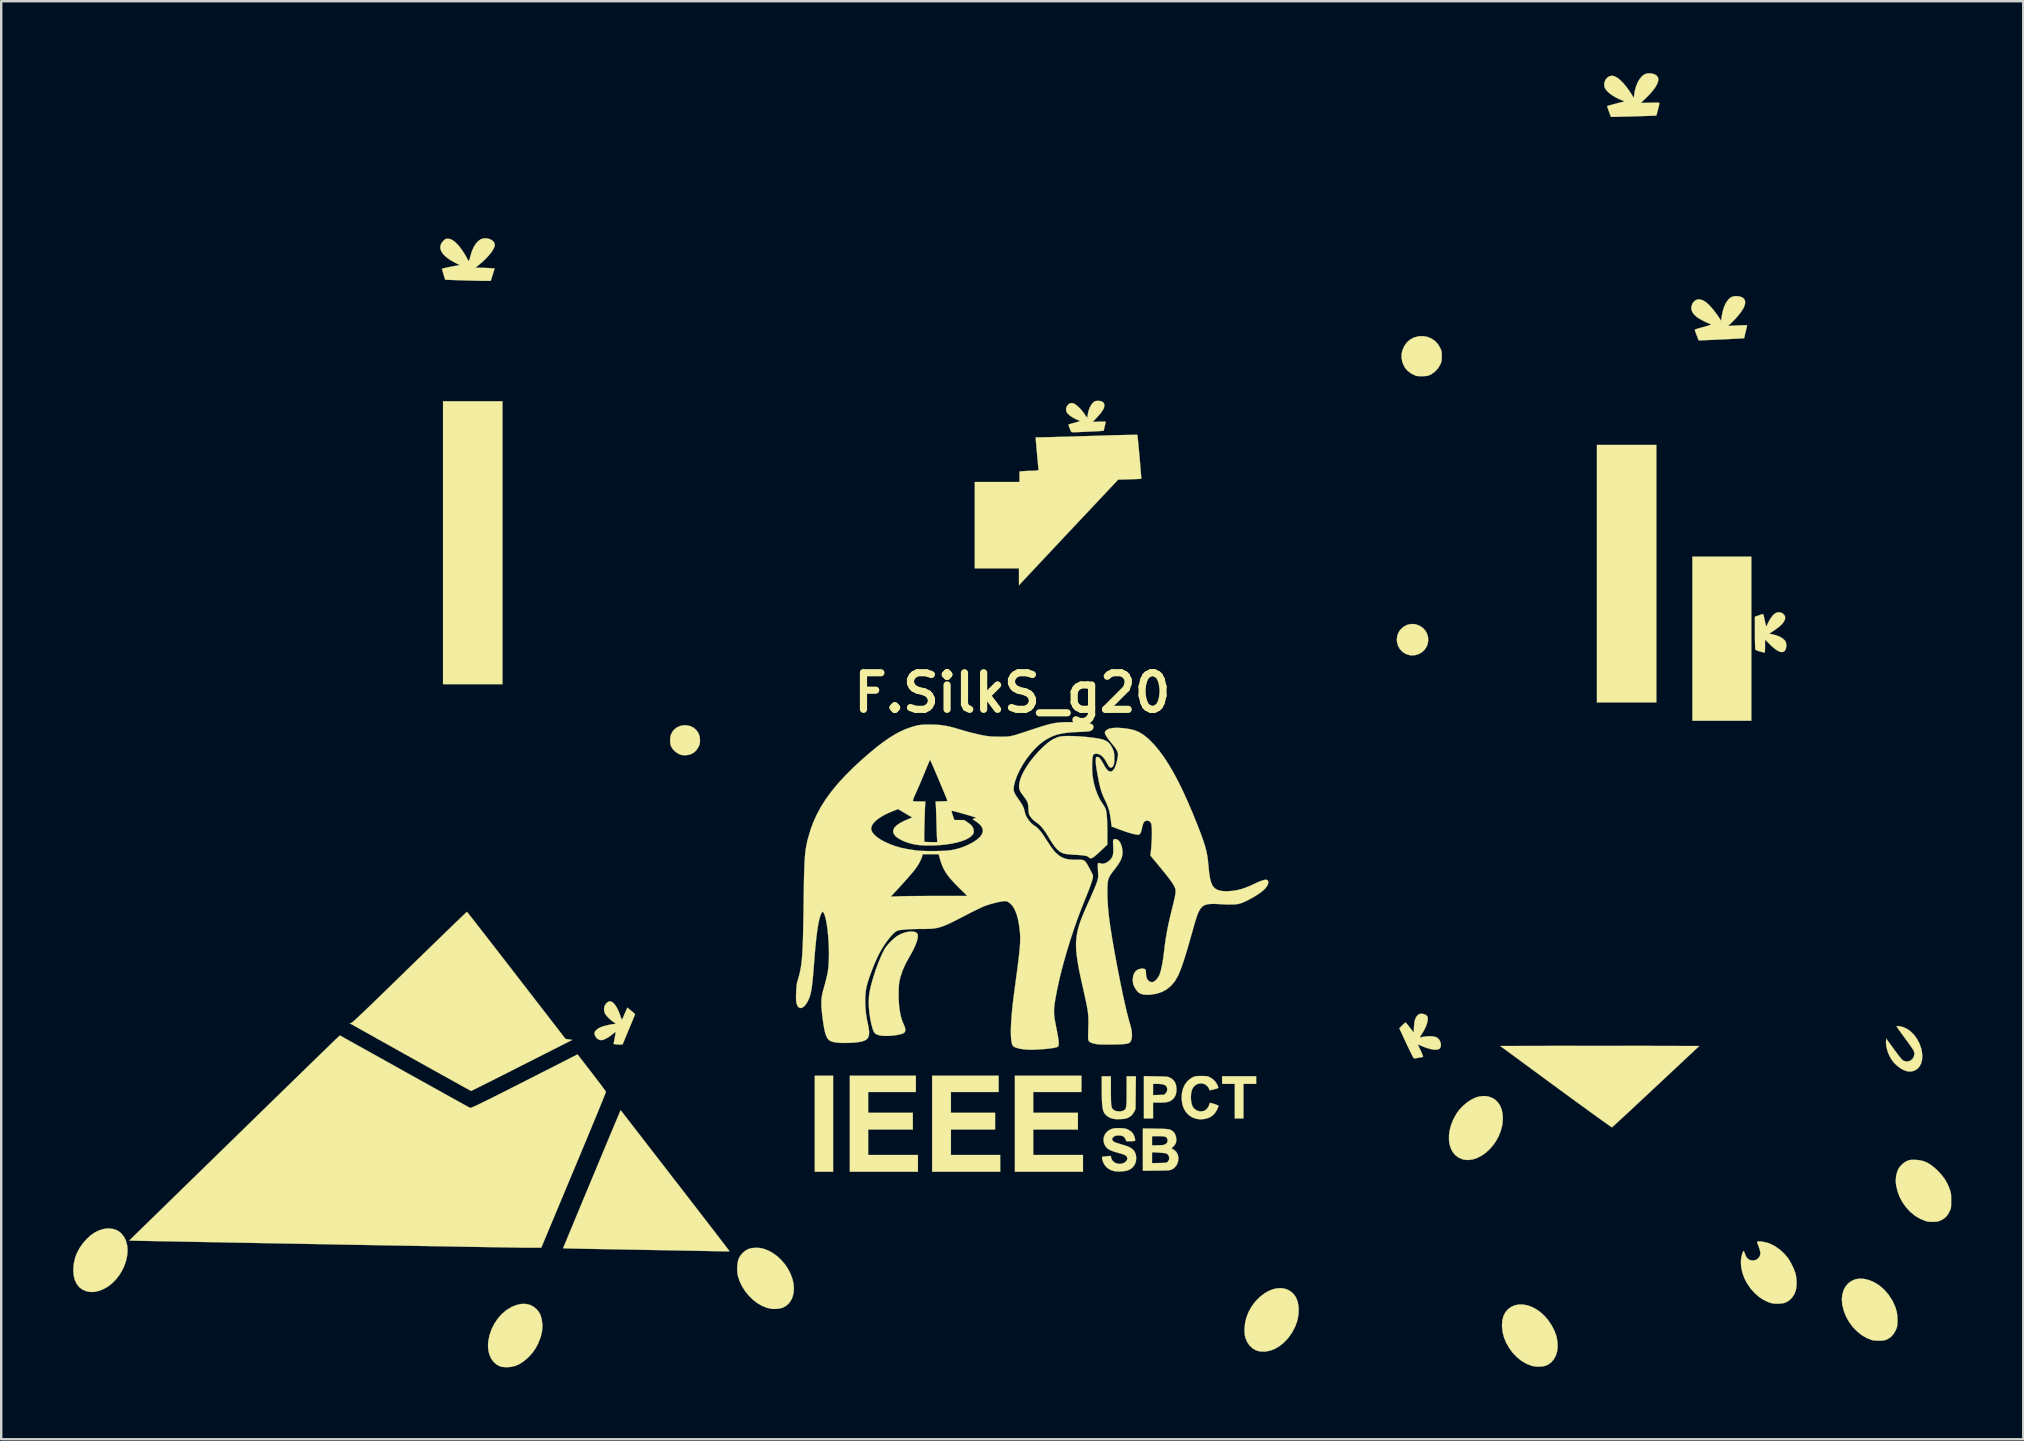
<source format=kicad_pcb>
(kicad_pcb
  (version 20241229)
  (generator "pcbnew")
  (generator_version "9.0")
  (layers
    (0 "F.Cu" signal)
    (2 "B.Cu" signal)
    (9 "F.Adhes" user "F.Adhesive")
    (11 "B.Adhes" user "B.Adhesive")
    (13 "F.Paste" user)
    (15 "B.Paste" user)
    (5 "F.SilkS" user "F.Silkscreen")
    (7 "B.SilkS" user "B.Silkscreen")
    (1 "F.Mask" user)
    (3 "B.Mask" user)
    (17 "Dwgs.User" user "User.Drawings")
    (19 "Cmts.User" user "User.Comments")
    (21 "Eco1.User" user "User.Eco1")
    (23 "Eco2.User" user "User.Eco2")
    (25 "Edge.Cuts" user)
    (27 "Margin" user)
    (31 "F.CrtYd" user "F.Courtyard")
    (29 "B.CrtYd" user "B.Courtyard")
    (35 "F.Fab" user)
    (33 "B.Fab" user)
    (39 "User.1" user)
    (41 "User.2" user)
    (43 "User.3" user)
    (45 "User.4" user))
  (footprint "F.SilkS_g20"
    (layer "F.Cu")
    (at 39.142 25.823)
    (property "Reference" "F.SilkS_g20" (at 0 0 0) (layer "F.SilkS") (effects (font (size 1.524 1.524) (thickness 0.3))))
    (attr through_hole)
    (fp_poly (pts (xy -21.251 -0.36) (xy -23.728 -0.36) (xy -23.728 -12.15) (xy -21.251 -12.15) (xy -21.251 -0.36)) (stroke (width 0.01) (type solid)) (fill yes) (layer "F.SilkS"))
    (fp_poly (pts (xy -7.472 19.96) (xy -8.234 19.96) (xy -8.234 15.96) (xy -7.472 15.96) (xy -7.472 19.96)) (stroke (width 0.01) (type solid)) (fill yes) (layer "F.SilkS"))
    (fp_poly (pts (xy 26.839 0.402) (xy 24.363 0.402) (xy 24.363 -10.329) (xy 26.839 -10.329) (xy 26.839 0.402)) (stroke (width 0.01) (type solid)) (fill yes) (layer "F.SilkS"))
    (fp_poly (pts (xy 30.797 1.164) (xy 28.342 1.164) (xy 28.342 -5.673) (xy 30.797 -5.673) (xy 30.797 1.164)) (stroke (width 0.01) (type solid)) (fill yes) (layer "F.SilkS"))
    (fp_poly (pts (xy 10.16 16.298) (xy 9.631 16.298) (xy 9.631 17.738) (xy 9.271 17.738) (xy 9.271 16.298) (xy 8.742 16.298) (xy 8.742 15.981) (xy 10.16 15.981) (xy 10.16 16.298)) (stroke (width 0.01) (type solid)) (fill yes) (layer "F.SilkS"))
    (fp_poly (pts (xy -4.022 16.637) (xy -6.011 16.637) (xy -6.011 17.505) (xy -4.149 17.505) (xy -4.149 18.203) (xy -6.011 18.203) (xy -6.011 19.262) (xy -3.937 19.262) (xy -3.937 19.96) (xy -6.773 19.96) (xy -6.773 15.96) (xy -4.022 15.96) (xy -4.022 16.637)) (stroke (width 0.01) (type solid)) (fill yes) (layer "F.SilkS"))
    (fp_poly (pts (xy -0.572 16.637) (xy -2.561 16.637) (xy -2.561 17.505) (xy -0.72 17.505) (xy -0.72 18.203) (xy -2.561 18.203) (xy -2.561 19.262) (xy -0.508 19.262) (xy -0.508 19.96) (xy -3.344 19.96) (xy -3.344 15.96) (xy -0.572 15.96) (xy -0.572 16.637)) (stroke (width 0.01) (type solid)) (fill yes) (layer "F.SilkS"))
    (fp_poly (pts (xy 2.879 16.637) (xy 0.868 16.637) (xy 0.868 17.505) (xy 2.731 17.505) (xy 2.731 18.203) (xy 0.868 18.203) (xy 0.868 19.262) (xy 2.942 19.262) (xy 2.942 19.96) (xy 0.106 19.96) (xy 0.106 15.96) (xy 2.879 15.96) (xy 2.879 16.637)) (stroke (width 0.01) (type solid)) (fill yes) (layer "F.SilkS"))
    (fp_poly (pts (xy 16.755 -2.863) (xy 16.827 -2.849) (xy 16.983 -2.789) (xy 17.114 -2.699) (xy 17.216 -2.585) (xy 17.288 -2.452) (xy 17.327 -2.306) (xy 17.33 -2.151) (xy 17.295 -1.994) (xy 17.262 -1.916) (xy 17.178 -1.789) (xy 17.064 -1.685) (xy 16.928 -1.61) (xy 16.78 -1.566) (xy 16.626 -1.558) (xy 16.555 -1.568) (xy 16.397 -1.619) (xy 16.262 -1.704) (xy 16.153 -1.817) (xy 16.075 -1.955) (xy 16.031 -2.111) (xy 16.023 -2.221) (xy 16.042 -2.383) (xy 16.098 -2.526) (xy 16.175 -2.634) (xy 16.302 -2.75) (xy 16.443 -2.827) (xy 16.595 -2.865) (xy 16.755 -2.863)) (stroke (width 0.01) (type solid)) (fill yes) (layer "F.SilkS"))
    (fp_poly (pts (xy -13.542 1.358) (xy -13.403 1.394) (xy -13.274 1.464) (xy -13.167 1.559) (xy -13.084 1.679) (xy -13.035 1.815) (xy -13.018 1.974) (xy -13.018 1.99) (xy -13.022 2.084) (xy -13.04 2.163) (xy -13.076 2.248) (xy -13.082 2.261) (xy -13.172 2.398) (xy -13.286 2.501) (xy -13.423 2.569) (xy -13.582 2.601) (xy -13.645 2.603) (xy -13.737 2.6) (xy -13.808 2.587) (xy -13.88 2.559) (xy -13.93 2.534) (xy -14.052 2.453) (xy -14.153 2.348) (xy -14.224 2.231) (xy -14.242 2.181) (xy -14.262 2.073) (xy -14.265 1.948) (xy -14.252 1.826) (xy -14.233 1.752) (xy -14.168 1.619) (xy -14.073 1.512) (xy -13.957 1.43) (xy -13.826 1.377) (xy -13.685 1.352) (xy -13.542 1.358)) (stroke (width 0.01) (type solid)) (fill yes) (layer "F.SilkS"))
    (fp_poly (pts (xy -37.516 22.337) (xy -37.355 22.383) (xy -37.212 22.464) (xy -37.137 22.53) (xy -37.023 22.673) (xy -36.942 22.84) (xy -36.892 23.026) (xy -36.875 23.227) (xy -36.889 23.439) (xy -36.934 23.659) (xy -37.01 23.882) (xy -37.117 24.104) (xy -37.218 24.268) (xy -37.362 24.453) (xy -37.523 24.614) (xy -37.697 24.748) (xy -37.879 24.853) (xy -38.065 24.927) (xy -38.251 24.968) (xy -38.432 24.973) (xy -38.595 24.942) (xy -38.756 24.872) (xy -38.89 24.771) (xy -38.996 24.638) (xy -39.073 24.477) (xy -39.12 24.287) (xy -39.137 24.071) (xy -39.137 24.057) (xy -39.117 23.793) (xy -39.059 23.539) (xy -38.989 23.355) (xy -38.879 23.147) (xy -38.741 22.949) (xy -38.583 22.767) (xy -38.413 22.611) (xy -38.246 22.494) (xy -38.06 22.403) (xy -37.873 22.346) (xy -37.69 22.324) (xy -37.516 22.337)) (stroke (width 0.01) (type solid)) (fill yes) (layer "F.SilkS"))
    (fp_poly (pts (xy 19.816 16.82) (xy 19.975 16.87) (xy 20.115 16.953) (xy 20.232 17.066) (xy 20.326 17.206) (xy 20.394 17.371) (xy 20.433 17.56) (xy 20.443 17.768) (xy 20.421 17.994) (xy 20.414 18.036) (xy 20.355 18.261) (xy 20.27 18.475) (xy 20.16 18.677) (xy 20.031 18.862) (xy 19.884 19.029) (xy 19.724 19.173) (xy 19.554 19.293) (xy 19.378 19.384) (xy 19.198 19.445) (xy 19.019 19.472) (xy 18.845 19.462) (xy 18.751 19.44) (xy 18.594 19.371) (xy 18.462 19.272) (xy 18.356 19.145) (xy 18.276 18.995) (xy 18.222 18.825) (xy 18.196 18.639) (xy 18.197 18.439) (xy 18.226 18.23) (xy 18.283 18.015) (xy 18.369 17.798) (xy 18.484 17.582) (xy 18.534 17.502) (xy 18.654 17.346) (xy 18.797 17.199) (xy 18.956 17.068) (xy 19.123 16.958) (xy 19.29 16.875) (xy 19.444 16.827) (xy 19.638 16.805) (xy 19.816 16.82)) (stroke (width 0.01) (type solid)) (fill yes) (layer "F.SilkS"))
    (fp_poly (pts (xy 17.294 -14.835) (xy 17.46 -14.768) (xy 17.609 -14.667) (xy 17.734 -14.534) (xy 17.829 -14.377) (xy 17.861 -14.307) (xy 17.88 -14.248) (xy 17.891 -14.187) (xy 17.896 -14.11) (xy 17.896 -14.023) (xy 17.895 -13.921) (xy 17.89 -13.848) (xy 17.878 -13.788) (xy 17.856 -13.729) (xy 17.828 -13.668) (xy 17.734 -13.514) (xy 17.61 -13.382) (xy 17.465 -13.279) (xy 17.426 -13.258) (xy 17.36 -13.23) (xy 17.298 -13.211) (xy 17.225 -13.201) (xy 17.129 -13.195) (xy 17.092 -13.194) (xy 16.95 -13.194) (xy 16.848 -13.205) (xy 16.805 -13.216) (xy 16.621 -13.306) (xy 16.472 -13.419) (xy 16.357 -13.557) (xy 16.275 -13.72) (xy 16.247 -13.81) (xy 16.218 -13.971) (xy 16.222 -14.121) (xy 16.255 -14.27) (xy 16.331 -14.448) (xy 16.436 -14.597) (xy 16.57 -14.716) (xy 16.73 -14.803) (xy 16.912 -14.854) (xy 16.928 -14.857) (xy 17.115 -14.866) (xy 17.294 -14.835)) (stroke (width 0.01) (type solid)) (fill yes) (layer "F.SilkS"))
    (fp_poly (pts (xy 24.875 14.714) (xy 25.31 14.714) (xy 25.729 14.715) (xy 26.125 14.715) (xy 26.488 14.716) (xy 26.546 14.716) (xy 28.626 14.721) (xy 26.822 16.41) (xy 26.588 16.629) (xy 26.362 16.84) (xy 26.147 17.041) (xy 25.944 17.23) (xy 25.756 17.406) (xy 25.583 17.566) (xy 25.429 17.709) (xy 25.294 17.833) (xy 25.182 17.937) (xy 25.094 18.018) (xy 25.031 18.075) (xy 24.997 18.105) (xy 24.99 18.11) (xy 24.97 18.099) (xy 24.918 18.064) (xy 24.836 18.007) (xy 24.726 17.929) (xy 24.589 17.832) (xy 24.428 17.717) (xy 24.246 17.585) (xy 24.043 17.439) (xy 23.822 17.278) (xy 23.584 17.106) (xy 23.333 16.922) (xy 23.069 16.729) (xy 22.795 16.529) (xy 22.648 16.421) (xy 20.334 14.721) (xy 22.4 14.716) (xy 22.755 14.715) (xy 23.144 14.715) (xy 23.558 14.714) (xy 23.991 14.714) (xy 24.432 14.714) (xy 24.875 14.714)) (stroke (width 0.01) (type solid)) (fill yes) (layer "F.SilkS"))
    (fp_poly (pts (xy -10.554 23.135) (xy -10.406 23.159) (xy -10.38 23.166) (xy -10.17 23.245) (xy -9.972 23.354) (xy -9.789 23.49) (xy -9.623 23.647) (xy -9.475 23.823) (xy -9.349 24.012) (xy -9.247 24.21) (xy -9.17 24.415) (xy -9.122 24.62) (xy -9.104 24.823) (xy -9.119 25.019) (xy -9.169 25.203) (xy -9.213 25.301) (xy -9.311 25.445) (xy -9.435 25.555) (xy -9.583 25.631) (xy -9.755 25.673) (xy -9.951 25.68) (xy -10.035 25.674) (xy -10.235 25.631) (xy -10.434 25.551) (xy -10.628 25.438) (xy -10.812 25.295) (xy -10.983 25.129) (xy -11.135 24.942) (xy -11.264 24.74) (xy -11.367 24.527) (xy -11.438 24.307) (xy -11.452 24.242) (xy -11.468 24.106) (xy -11.469 23.955) (xy -11.457 23.803) (xy -11.432 23.666) (xy -11.409 23.59) (xy -11.338 23.459) (xy -11.236 23.338) (xy -11.114 23.24) (xy -10.996 23.179) (xy -10.865 23.145) (xy -10.713 23.13) (xy -10.554 23.135)) (stroke (width 0.01) (type solid)) (fill yes) (layer "F.SilkS"))
    (fp_poly (pts (xy 11.366 24.837) (xy 11.522 24.899) (xy 11.592 24.942) (xy 11.72 25.055) (xy 11.819 25.196) (xy 11.887 25.366) (xy 11.926 25.566) (xy 11.933 25.656) (xy 11.925 25.911) (xy 11.876 26.166) (xy 11.787 26.416) (xy 11.66 26.658) (xy 11.495 26.89) (xy 11.47 26.921) (xy 11.304 27.093) (xy 11.124 27.235) (xy 10.935 27.344) (xy 10.74 27.418) (xy 10.544 27.456) (xy 10.352 27.455) (xy 10.313 27.45) (xy 10.153 27.404) (xy 10.01 27.321) (xy 9.887 27.206) (xy 9.788 27.062) (xy 9.717 26.893) (xy 9.692 26.797) (xy 9.682 26.716) (xy 9.676 26.608) (xy 9.677 26.488) (xy 9.678 26.458) (xy 9.704 26.237) (xy 9.759 26.023) (xy 9.839 25.818) (xy 9.942 25.626) (xy 10.064 25.448) (xy 10.203 25.286) (xy 10.354 25.144) (xy 10.516 25.024) (xy 10.684 24.928) (xy 10.857 24.859) (xy 11.03 24.819) (xy 11.2 24.811) (xy 11.366 24.837)) (stroke (width 0.01) (type solid)) (fill yes) (layer "F.SilkS"))
    (fp_poly (pts (xy 21.292 25.497) (xy 21.472 25.531) (xy 21.653 25.596) (xy 21.832 25.69) (xy 22.005 25.811) (xy 22.169 25.959) (xy 22.319 26.131) (xy 22.453 26.326) (xy 22.543 26.49) (xy 22.59 26.592) (xy 22.633 26.696) (xy 22.665 26.786) (xy 22.678 26.83) (xy 22.719 27.051) (xy 22.726 27.26) (xy 22.703 27.454) (xy 22.649 27.629) (xy 22.565 27.782) (xy 22.454 27.909) (xy 22.316 28.006) (xy 22.292 28.018) (xy 22.176 28.059) (xy 22.034 28.081) (xy 21.882 28.085) (xy 21.733 28.07) (xy 21.641 28.05) (xy 21.423 27.964) (xy 21.216 27.841) (xy 21.025 27.687) (xy 20.852 27.507) (xy 20.703 27.305) (xy 20.579 27.087) (xy 20.486 26.857) (xy 20.427 26.621) (xy 20.405 26.383) (xy 20.405 26.369) (xy 20.421 26.159) (xy 20.466 25.978) (xy 20.543 25.824) (xy 20.65 25.697) (xy 20.654 25.694) (xy 20.794 25.591) (xy 20.949 25.525) (xy 21.116 25.494) (xy 21.292 25.497)) (stroke (width 0.01) (type solid)) (fill yes) (layer "F.SilkS"))
    (fp_poly (pts (xy -20.121 25.503) (xy -19.97 25.575) (xy -19.836 25.684) (xy -19.827 25.694) (xy -19.747 25.789) (xy -19.688 25.886) (xy -19.645 25.996) (xy -19.611 26.135) (xy -19.61 26.141) (xy -19.584 26.367) (xy -19.599 26.598) (xy -19.654 26.838) (xy -19.75 27.087) (xy -19.761 27.111) (xy -19.865 27.31) (xy -19.981 27.482) (xy -20.118 27.64) (xy -20.197 27.718) (xy -20.377 27.87) (xy -20.555 27.983) (xy -20.735 28.058) (xy -20.921 28.099) (xy -21.071 28.107) (xy -21.171 28.103) (xy -21.262 28.094) (xy -21.329 28.081) (xy -21.341 28.077) (xy -21.491 28.001) (xy -21.617 27.891) (xy -21.719 27.753) (xy -21.793 27.59) (xy -21.839 27.405) (xy -21.854 27.203) (xy -21.843 27.033) (xy -21.792 26.776) (xy -21.707 26.528) (xy -21.59 26.294) (xy -21.445 26.079) (xy -21.276 25.889) (xy -21.086 25.727) (xy -20.879 25.6) (xy -20.86 25.591) (xy -20.66 25.512) (xy -20.469 25.471) (xy -20.289 25.468) (xy -20.121 25.503)) (stroke (width 0.01) (type solid)) (fill yes) (layer "F.SilkS"))
    (fp_poly (pts (xy 5.974 15.985) (xy 6.134 15.987) (xy 6.258 15.99) (xy 6.351 15.995) (xy 6.421 16) (xy 6.473 16.007) (xy 6.514 16.017) (xy 6.549 16.03) (xy 6.562 16.036) (xy 6.68 16.112) (xy 6.767 16.215) (xy 6.82 16.344) (xy 6.84 16.498) (xy 6.84 16.507) (xy 6.832 16.655) (xy 6.8 16.775) (xy 6.742 16.875) (xy 6.696 16.927) (xy 6.628 16.985) (xy 6.553 17.027) (xy 6.463 17.056) (xy 6.349 17.073) (xy 6.206 17.081) (xy 6.124 17.081) (xy 5.863 17.081) (xy 5.863 17.738) (xy 5.482 17.738) (xy 5.482 16.298) (xy 5.863 16.298) (xy 5.863 16.768) (xy 6.098 16.761) (xy 6.332 16.753) (xy 6.394 16.684) (xy 6.441 16.615) (xy 6.456 16.541) (xy 6.456 16.536) (xy 6.443 16.448) (xy 6.402 16.382) (xy 6.33 16.336) (xy 6.225 16.309) (xy 6.084 16.299) (xy 6.054 16.298) (xy 5.863 16.298) (xy 5.482 16.298) (xy 5.482 15.977) (xy 5.974 15.985)) (stroke (width 0.01) (type solid)) (fill yes) (layer "F.SilkS"))
    (fp_poly (pts (xy 35.463 24.42) (xy 35.494 24.425) (xy 35.72 24.481) (xy 35.937 24.576) (xy 36.143 24.707) (xy 36.333 24.872) (xy 36.503 25.068) (xy 36.652 25.291) (xy 36.716 25.411) (xy 36.802 25.609) (xy 36.858 25.797) (xy 36.886 25.986) (xy 36.89 26.19) (xy 36.89 26.193) (xy 36.884 26.303) (xy 36.876 26.384) (xy 36.862 26.449) (xy 36.841 26.51) (xy 36.815 26.568) (xy 36.725 26.724) (xy 36.617 26.844) (xy 36.487 26.932) (xy 36.474 26.939) (xy 36.41 26.967) (xy 36.351 26.985) (xy 36.282 26.996) (xy 36.189 27.001) (xy 36.142 27.002) (xy 36.02 27.001) (xy 35.913 26.994) (xy 35.835 26.98) (xy 35.833 26.979) (xy 35.61 26.894) (xy 35.399 26.771) (xy 35.203 26.616) (xy 35.027 26.433) (xy 34.874 26.227) (xy 34.747 26.001) (xy 34.651 25.761) (xy 34.59 25.512) (xy 34.583 25.464) (xy 34.57 25.257) (xy 34.592 25.066) (xy 34.644 24.893) (xy 34.725 24.742) (xy 34.832 24.616) (xy 34.962 24.518) (xy 35.112 24.45) (xy 35.28 24.417) (xy 35.463 24.42)) (stroke (width 0.01) (type solid)) (fill yes) (layer "F.SilkS"))
    (fp_poly (pts (xy 4.106 16.584) (xy 4.107 16.78) (xy 4.109 16.939) (xy 4.113 17.065) (xy 4.12 17.163) (xy 4.131 17.237) (xy 4.147 17.292) (xy 4.168 17.333) (xy 4.196 17.364) (xy 4.23 17.39) (xy 4.247 17.401) (xy 4.331 17.434) (xy 4.434 17.447) (xy 4.539 17.441) (xy 4.626 17.414) (xy 4.627 17.414) (xy 4.663 17.393) (xy 4.692 17.369) (xy 4.715 17.338) (xy 4.732 17.294) (xy 4.745 17.233) (xy 4.753 17.151) (xy 4.759 17.043) (xy 4.761 16.905) (xy 4.762 16.731) (xy 4.763 16.607) (xy 4.763 15.981) (xy 5.147 15.981) (xy 5.133 17.346) (xy 5.073 17.468) (xy 4.991 17.589) (xy 4.878 17.682) (xy 4.763 17.736) (xy 4.692 17.752) (xy 4.594 17.763) (xy 4.482 17.77) (xy 4.37 17.771) (xy 4.274 17.765) (xy 4.233 17.76) (xy 4.079 17.717) (xy 3.958 17.651) (xy 3.863 17.56) (xy 3.822 17.498) (xy 3.795 17.442) (xy 3.774 17.37) (xy 3.756 17.278) (xy 3.744 17.163) (xy 3.734 17.02) (xy 3.729 16.845) (xy 3.726 16.633) (xy 3.726 16.505) (xy 3.725 15.981) (xy 4.106 15.981) (xy 4.106 16.584)) (stroke (width 0.01) (type solid)) (fill yes) (layer "F.SilkS"))
    (fp_poly (pts (xy 37.791 19.477) (xy 37.965 19.516) (xy 38.131 19.584) (xy 38.295 19.684) (xy 38.462 19.82) (xy 38.576 19.928) (xy 38.742 20.109) (xy 38.874 20.289) (xy 38.979 20.479) (xy 39.06 20.673) (xy 39.086 20.75) (xy 39.104 20.813) (xy 39.116 20.874) (xy 39.123 20.943) (xy 39.126 21.032) (xy 39.126 21.151) (xy 39.126 21.167) (xy 39.126 21.288) (xy 39.124 21.376) (xy 39.119 21.44) (xy 39.11 21.491) (xy 39.095 21.537) (xy 39.072 21.588) (xy 39.061 21.612) (xy 38.987 21.747) (xy 38.904 21.849) (xy 38.803 21.928) (xy 38.719 21.975) (xy 38.644 22.01) (xy 38.578 22.031) (xy 38.506 22.043) (xy 38.412 22.048) (xy 38.388 22.049) (xy 38.251 22.048) (xy 38.139 22.034) (xy 38.068 22.017) (xy 37.839 21.926) (xy 37.624 21.799) (xy 37.427 21.64) (xy 37.252 21.452) (xy 37.101 21.242) (xy 36.978 21.012) (xy 36.887 20.767) (xy 36.83 20.511) (xy 36.819 20.415) (xy 36.818 20.263) (xy 36.84 20.101) (xy 36.881 19.947) (xy 36.916 19.862) (xy 36.99 19.748) (xy 37.092 19.64) (xy 37.21 19.552) (xy 37.27 19.52) (xy 37.333 19.493) (xy 37.39 19.476) (xy 37.455 19.467) (xy 37.541 19.464) (xy 37.603 19.464) (xy 37.791 19.477)) (stroke (width 0.01) (type solid)) (fill yes) (layer "F.SilkS"))
    (fp_poly (pts (xy 36.921 13.89) (xy 36.968 13.895) (xy 37.14 13.937) (xy 37.304 14.017) (xy 37.457 14.131) (xy 37.595 14.274) (xy 37.714 14.442) (xy 37.811 14.631) (xy 37.881 14.836) (xy 37.9 14.921) (xy 37.923 15.105) (xy 37.915 15.276) (xy 37.88 15.429) (xy 37.818 15.559) (xy 37.732 15.663) (xy 37.623 15.736) (xy 37.562 15.759) (xy 37.465 15.782) (xy 37.38 15.786) (xy 37.283 15.771) (xy 37.266 15.767) (xy 37.136 15.719) (xy 36.999 15.64) (xy 36.864 15.536) (xy 36.741 15.415) (xy 36.648 15.297) (xy 36.552 15.13) (xy 36.478 14.95) (xy 36.429 14.769) (xy 36.41 14.598) (xy 36.411 14.55) (xy 36.417 14.409) (xy 36.742 14.855) (xy 36.853 15.006) (xy 36.943 15.125) (xy 37.015 15.215) (xy 37.07 15.278) (xy 37.112 15.317) (xy 37.137 15.334) (xy 37.246 15.365) (xy 37.352 15.359) (xy 37.446 15.319) (xy 37.522 15.251) (xy 37.573 15.158) (xy 37.592 15.046) (xy 37.592 15.046) (xy 37.591 15.014) (xy 37.587 14.983) (xy 37.577 14.95) (xy 37.559 14.911) (xy 37.531 14.861) (xy 37.489 14.797) (xy 37.433 14.715) (xy 37.358 14.611) (xy 37.263 14.481) (xy 37.146 14.321) (xy 37.139 14.311) (xy 37.058 14.201) (xy 36.986 14.101) (xy 36.927 14.017) (xy 36.883 13.954) (xy 36.86 13.917) (xy 36.857 13.912) (xy 36.855 13.895) (xy 36.874 13.888) (xy 36.921 13.89)) (stroke (width 0.01) (type solid)) (fill yes) (layer "F.SilkS"))
    (fp_poly (pts (xy 31.23 22.872) (xy 31.333 22.889) (xy 31.439 22.914) (xy 31.535 22.943) (xy 31.564 22.954) (xy 31.775 23.06) (xy 31.979 23.202) (xy 32.167 23.373) (xy 32.313 23.544) (xy 32.388 23.656) (xy 32.465 23.794) (xy 32.538 23.943) (xy 32.6 24.09) (xy 32.643 24.221) (xy 32.649 24.245) (xy 32.673 24.38) (xy 32.684 24.533) (xy 32.682 24.687) (xy 32.667 24.826) (xy 32.65 24.906) (xy 32.582 25.078) (xy 32.484 25.222) (xy 32.361 25.336) (xy 32.214 25.416) (xy 32.202 25.42) (xy 32.107 25.445) (xy 31.985 25.459) (xy 31.854 25.462) (xy 31.727 25.455) (xy 31.638 25.44) (xy 31.536 25.408) (xy 31.416 25.355) (xy 31.292 25.29) (xy 31.176 25.219) (xy 31.122 25.181) (xy 30.931 25.014) (xy 30.763 24.824) (xy 30.621 24.617) (xy 30.507 24.397) (xy 30.425 24.171) (xy 30.375 23.943) (xy 30.362 23.719) (xy 30.373 23.585) (xy 30.39 23.492) (xy 30.412 23.404) (xy 30.436 23.33) (xy 30.46 23.28) (xy 30.478 23.262) (xy 30.492 23.281) (xy 30.513 23.328) (xy 30.53 23.378) (xy 30.56 23.456) (xy 30.598 23.527) (xy 30.619 23.557) (xy 30.7 23.623) (xy 30.796 23.656) (xy 30.899 23.658) (xy 30.997 23.63) (xy 31.082 23.573) (xy 31.144 23.488) (xy 31.144 23.487) (xy 31.167 23.425) (xy 31.176 23.362) (xy 31.168 23.289) (xy 31.144 23.195) (xy 31.105 23.083) (xy 31.032 22.881) (xy 31.083 22.869) (xy 31.142 22.865) (xy 31.23 22.872)) (stroke (width 0.01) (type solid)) (fill yes) (layer "F.SilkS"))
    (fp_poly (pts (xy 31.992 -3.357) (xy 32.091 -3.315) (xy 32.107 -3.304) (xy 32.178 -3.233) (xy 32.208 -3.152) (xy 32.2 -3.061) (xy 32.152 -2.961) (xy 32.067 -2.853) (xy 31.943 -2.74) (xy 31.783 -2.622) (xy 31.759 -2.606) (xy 31.542 -2.462) (xy 31.662 -2.44) (xy 31.838 -2.395) (xy 31.99 -2.335) (xy 32.112 -2.26) (xy 32.199 -2.175) (xy 32.21 -2.161) (xy 32.246 -2.074) (xy 32.258 -1.968) (xy 32.244 -1.859) (xy 32.228 -1.811) (xy 32.179 -1.735) (xy 32.112 -1.698) (xy 32.027 -1.698) (xy 31.925 -1.736) (xy 31.805 -1.811) (xy 31.669 -1.923) (xy 31.565 -2.023) (xy 31.369 -2.22) (xy 31.369 -1.946) (xy 31.368 -1.827) (xy 31.364 -1.745) (xy 31.358 -1.697) (xy 31.348 -1.676) (xy 31.343 -1.674) (xy 31.311 -1.68) (xy 31.25 -1.696) (xy 31.172 -1.717) (xy 31.151 -1.723) (xy 31.071 -1.748) (xy 31.007 -1.774) (xy 30.97 -1.796) (xy 30.966 -1.8) (xy 30.961 -1.828) (xy 30.957 -1.894) (xy 30.953 -1.991) (xy 30.95 -2.115) (xy 30.947 -2.26) (xy 30.946 -2.422) (xy 30.946 -2.5) (xy 30.946 -3.17) (xy 31.102 -3.225) (xy 31.179 -3.252) (xy 31.241 -3.271) (xy 31.277 -3.281) (xy 31.28 -3.281) (xy 31.297 -3.262) (xy 31.312 -3.218) (xy 31.314 -3.212) (xy 31.324 -3.161) (xy 31.342 -3.082) (xy 31.362 -2.989) (xy 31.371 -2.95) (xy 31.416 -2.756) (xy 31.507 -2.939) (xy 31.602 -3.106) (xy 31.698 -3.232) (xy 31.795 -3.316) (xy 31.893 -3.357) (xy 31.992 -3.357)) (stroke (width 0.01) (type solid)) (fill yes) (layer "F.SilkS"))
    (fp_poly (pts (xy -4.129 9.953) (xy -4.039 9.975) (xy -3.975 10.018) (xy -3.949 10.06) (xy -3.938 10.144) (xy -3.953 10.256) (xy -3.992 10.394) (xy -4.054 10.552) (xy -4.137 10.727) (xy -4.24 10.915) (xy -4.272 10.97) (xy -4.443 11.278) (xy -4.574 11.571) (xy -4.667 11.847) (xy -4.71 12.039) (xy -4.725 12.158) (xy -4.735 12.309) (xy -4.74 12.479) (xy -4.739 12.659) (xy -4.734 12.836) (xy -4.724 13.001) (xy -4.711 13.123) (xy -4.682 13.314) (xy -4.651 13.472) (xy -4.614 13.606) (xy -4.57 13.725) (xy -4.537 13.797) (xy -4.483 13.926) (xy -4.46 14.029) (xy -4.468 14.109) (xy -4.502 14.163) (xy -4.558 14.198) (xy -4.647 14.229) (xy -4.763 14.255) (xy -4.897 14.277) (xy -5.041 14.292) (xy -5.186 14.3) (xy -5.325 14.3) (xy -5.45 14.291) (xy -5.52 14.28) (xy -5.629 14.25) (xy -5.706 14.21) (xy -5.76 14.151) (xy -5.802 14.064) (xy -5.814 14.032) (xy -5.876 13.812) (xy -5.926 13.568) (xy -5.962 13.314) (xy -5.983 13.059) (xy -5.986 12.818) (xy -5.971 12.602) (xy -5.971 12.598) (xy -5.941 12.418) (xy -5.894 12.21) (xy -5.833 11.982) (xy -5.76 11.744) (xy -5.679 11.502) (xy -5.592 11.267) (xy -5.503 11.046) (xy -5.413 10.849) (xy -5.327 10.683) (xy -5.311 10.655) (xy -5.246 10.562) (xy -5.156 10.456) (xy -5.051 10.347) (xy -4.941 10.245) (xy -4.838 10.161) (xy -4.773 10.118) (xy -4.639 10.049) (xy -4.501 9.998) (xy -4.367 9.964) (xy -4.24 9.949) (xy -4.129 9.953)) (stroke (width 0.01) (type solid)) (fill yes) (layer "F.SilkS"))
    (fp_poly (pts (xy 5.964 18.165) (xy 6.144 18.168) (xy 6.287 18.172) (xy 6.399 18.179) (xy 6.485 18.188) (xy 6.552 18.202) (xy 6.605 18.221) (xy 6.649 18.246) (xy 6.69 18.279) (xy 6.707 18.294) (xy 6.775 18.383) (xy 6.818 18.494) (xy 6.835 18.615) (xy 6.823 18.731) (xy 6.803 18.787) (xy 6.764 18.849) (xy 6.71 18.91) (xy 6.699 18.921) (xy 6.629 18.982) (xy 6.729 19.045) (xy 6.828 19.129) (xy 6.891 19.237) (xy 6.92 19.367) (xy 6.921 19.411) (xy 6.901 19.558) (xy 6.844 19.687) (xy 6.754 19.794) (xy 6.657 19.862) (xy 6.629 19.875) (xy 6.599 19.886) (xy 6.562 19.894) (xy 6.512 19.901) (xy 6.444 19.905) (xy 6.351 19.908) (xy 6.23 19.911) (xy 6.073 19.913) (xy 6.006 19.914) (xy 5.44 19.92) (xy 5.44 19.603) (xy 5.821 19.603) (xy 6.13 19.597) (xy 6.25 19.594) (xy 6.335 19.59) (xy 6.393 19.585) (xy 6.431 19.577) (xy 6.456 19.564) (xy 6.476 19.545) (xy 6.489 19.53) (xy 6.53 19.455) (xy 6.537 19.371) (xy 6.513 19.29) (xy 6.462 19.226) (xy 6.423 19.201) (xy 6.38 19.19) (xy 6.305 19.18) (xy 6.209 19.17) (xy 6.101 19.163) (xy 6.093 19.162) (xy 5.821 19.149) (xy 5.821 19.603) (xy 5.44 19.603) (xy 5.44 18.479) (xy 5.821 18.479) (xy 5.821 18.86) (xy 6.017 18.859) (xy 6.114 18.858) (xy 6.205 18.854) (xy 6.273 18.848) (xy 6.291 18.846) (xy 6.379 18.815) (xy 6.441 18.759) (xy 6.47 18.686) (xy 6.463 18.603) (xy 6.457 18.587) (xy 6.433 18.545) (xy 6.397 18.515) (xy 6.342 18.495) (xy 6.262 18.484) (xy 6.15 18.479) (xy 6.074 18.479) (xy 5.821 18.479) (xy 5.44 18.479) (xy 5.44 18.158) (xy 5.964 18.165)) (stroke (width 0.01) (type solid)) (fill yes) (layer "F.SilkS"))
    (fp_poly (pts (xy -14.058 20.328) (xy -13.817 20.638) (xy -13.584 20.94) (xy -13.359 21.231) (xy -13.144 21.51) (xy -12.94 21.774) (xy -12.748 22.023) (xy -12.57 22.254) (xy -12.406 22.466) (xy -12.259 22.657) (xy -12.13 22.826) (xy -12.019 22.97) (xy -11.929 23.088) (xy -11.86 23.178) (xy -11.814 23.239) (xy -11.792 23.269) (xy -11.79 23.271) (xy -11.794 23.275) (xy -11.811 23.277) (xy -11.843 23.279) (xy -11.895 23.279) (xy -11.971 23.279) (xy -12.074 23.278) (xy -12.209 23.275) (xy -12.379 23.272) (xy -12.541 23.268) (xy -12.595 23.267) (xy -12.689 23.265) (xy -12.82 23.263) (xy -12.985 23.26) (xy -13.181 23.256) (xy -13.406 23.252) (xy -13.658 23.247) (xy -13.932 23.242) (xy -14.228 23.237) (xy -14.541 23.231) (xy -14.869 23.225) (xy -15.21 23.219) (xy -15.561 23.213) (xy -15.767 23.209) (xy -16.117 23.203) (xy -16.455 23.197) (xy -16.779 23.191) (xy -17.087 23.185) (xy -17.375 23.18) (xy -17.643 23.174) (xy -17.886 23.17) (xy -18.103 23.165) (xy -18.292 23.161) (xy -18.45 23.158) (xy -18.574 23.155) (xy -18.662 23.153) (xy -18.713 23.151) (xy -18.724 23.151) (xy -18.717 23.131) (xy -18.694 23.075) (xy -18.657 22.985) (xy -18.607 22.865) (xy -18.545 22.715) (xy -18.473 22.54) (xy -18.39 22.342) (xy -18.299 22.123) (xy -18.201 21.886) (xy -18.096 21.633) (xy -17.986 21.369) (xy -17.872 21.094) (xy -17.754 20.812) (xy -17.635 20.525) (xy -17.514 20.236) (xy -17.394 19.947) (xy -17.275 19.662) (xy -17.159 19.383) (xy -17.046 19.112) (xy -16.937 18.852) (xy -16.835 18.606) (xy -16.739 18.377) (xy -16.651 18.167) (xy -16.572 17.978) (xy -16.503 17.814) (xy -16.445 17.676) (xy -16.399 17.568) (xy -16.367 17.493) (xy -16.365 17.487) (xy -16.326 17.396) (xy -14.058 20.328)) (stroke (width 0.01) (type solid)) (fill yes) (layer "F.SilkS"))
    (fp_poly (pts (xy 17.151 13.39) (xy 17.233 13.426) (xy 17.289 13.478) (xy 17.306 13.516) (xy 17.313 13.619) (xy 17.291 13.745) (xy 17.242 13.89) (xy 17.168 14.047) (xy 17.07 14.212) (xy 17.061 14.225) (xy 17.02 14.289) (xy 16.991 14.337) (xy 16.98 14.361) (xy 16.98 14.362) (xy 17.002 14.361) (xy 17.055 14.352) (xy 17.127 14.338) (xy 17.134 14.337) (xy 17.263 14.318) (xy 17.396 14.313) (xy 17.522 14.32) (xy 17.629 14.341) (xy 17.679 14.359) (xy 17.753 14.413) (xy 17.81 14.488) (xy 17.846 14.574) (xy 17.861 14.663) (xy 17.853 14.746) (xy 17.82 14.814) (xy 17.767 14.856) (xy 17.684 14.875) (xy 17.571 14.873) (xy 17.434 14.849) (xy 17.28 14.807) (xy 17.113 14.746) (xy 17.062 14.725) (xy 16.895 14.652) (xy 17.013 14.904) (xy 17.056 14.998) (xy 17.089 15.079) (xy 17.111 15.138) (xy 17.117 15.168) (xy 17.116 15.17) (xy 17.091 15.179) (xy 17.036 15.192) (xy 16.962 15.206) (xy 16.883 15.22) (xy 16.81 15.231) (xy 16.755 15.238) (xy 16.743 15.238) (xy 16.724 15.219) (xy 16.688 15.161) (xy 16.637 15.064) (xy 16.569 14.928) (xy 16.486 14.754) (xy 16.419 14.611) (xy 16.127 13.984) (xy 16.249 13.861) (xy 16.307 13.804) (xy 16.354 13.761) (xy 16.381 13.739) (xy 16.385 13.737) (xy 16.402 13.753) (xy 16.44 13.796) (xy 16.493 13.86) (xy 16.555 13.939) (xy 16.563 13.949) (xy 16.625 14.029) (xy 16.677 14.095) (xy 16.713 14.14) (xy 16.729 14.16) (xy 16.73 14.16) (xy 16.731 14.141) (xy 16.733 14.088) (xy 16.735 14.011) (xy 16.736 13.958) (xy 16.749 13.775) (xy 16.779 13.628) (xy 16.828 13.515) (xy 16.88 13.448) (xy 16.932 13.403) (xy 16.982 13.382) (xy 17.051 13.377) (xy 17.053 13.377) (xy 17.151 13.39)) (stroke (width 0.01) (type solid)) (fill yes) (layer "F.SilkS"))
    (fp_poly (pts (xy 5.192 -10.751) (xy 5.207 -10.75) (xy 5.212 -10.726) (xy 5.219 -10.665) (xy 5.229 -10.573) (xy 5.241 -10.455) (xy 5.255 -10.316) (xy 5.269 -10.161) (xy 5.285 -9.997) (xy 5.3 -9.827) (xy 5.315 -9.657) (xy 5.329 -9.493) (xy 5.342 -9.34) (xy 5.353 -9.203) (xy 5.362 -9.087) (xy 5.369 -8.998) (xy 5.372 -8.941) (xy 5.372 -8.92) (xy 5.349 -8.917) (xy 5.289 -8.913) (xy 5.2 -8.909) (xy 5.087 -8.904) (xy 4.956 -8.899) (xy 4.885 -8.897) (xy 4.408 -8.883) (xy 2.41 -6.759) (xy 2.171 -6.504) (xy 1.938 -6.256) (xy 1.715 -6.019) (xy 1.502 -5.792) (xy 1.302 -5.579) (xy 1.116 -5.38) (xy 0.945 -5.199) (xy 0.793 -5.036) (xy 0.659 -4.893) (xy 0.547 -4.773) (xy 0.458 -4.678) (xy 0.393 -4.608) (xy 0.354 -4.566) (xy 0.344 -4.555) (xy 0.276 -4.477) (xy 0.275 -4.831) (xy 0.275 -5.186) (xy -1.566 -5.186) (xy -1.566 -8.784) (xy 0.296 -8.784) (xy 0.296 -9.222) (xy 0.458 -9.236) (xy 0.56 -9.243) (xy 0.667 -9.248) (xy 0.749 -9.25) (xy 0.842 -9.252) (xy 0.938 -9.258) (xy 0.985 -9.263) (xy 1.091 -9.276) (xy 1.033 -9.903) (xy 1.019 -10.064) (xy 1.005 -10.214) (xy 0.994 -10.347) (xy 0.984 -10.456) (xy 0.978 -10.537) (xy 0.975 -10.583) (xy 0.975 -10.589) (xy 0.974 -10.647) (xy 1.244 -10.648) (xy 1.306 -10.649) (xy 1.407 -10.651) (xy 1.543 -10.654) (xy 1.71 -10.659) (xy 1.905 -10.664) (xy 2.124 -10.67) (xy 2.363 -10.677) (xy 2.619 -10.685) (xy 2.889 -10.693) (xy 3.167 -10.701) (xy 3.355 -10.707) (xy 3.63 -10.716) (xy 3.893 -10.724) (xy 4.141 -10.731) (xy 4.371 -10.737) (xy 4.579 -10.742) (xy 4.763 -10.746) (xy 4.919 -10.749) (xy 5.044 -10.751) (xy 5.136 -10.752) (xy 5.192 -10.751)) (stroke (width 0.01) (type solid)) (fill yes) (layer "F.SilkS"))
    (fp_poly (pts (xy -21.825 -18.923) (xy -21.727 -18.884) (xy -21.646 -18.826) (xy -21.591 -18.754) (xy -21.569 -18.671) (xy -21.569 -18.665) (xy -21.586 -18.583) (xy -21.634 -18.482) (xy -21.709 -18.366) (xy -21.809 -18.24) (xy -21.928 -18.109) (xy -22.064 -17.977) (xy -22.211 -17.851) (xy -22.377 -17.716) (xy -22.169 -17.714) (xy -22.049 -17.711) (xy -21.916 -17.706) (xy -21.795 -17.7) (xy -21.769 -17.698) (xy -21.577 -17.685) (xy -21.658 -17.425) (xy -21.74 -17.166) (xy -22.072 -17.17) (xy -22.185 -17.171) (xy -22.331 -17.174) (xy -22.499 -17.178) (xy -22.68 -17.183) (xy -22.864 -17.188) (xy -23.019 -17.193) (xy -23.175 -17.198) (xy -23.317 -17.203) (xy -23.44 -17.208) (xy -23.537 -17.212) (xy -23.604 -17.215) (xy -23.636 -17.217) (xy -23.638 -17.217) (xy -23.646 -17.239) (xy -23.662 -17.291) (xy -23.684 -17.363) (xy -23.709 -17.446) (xy -23.733 -17.528) (xy -23.753 -17.599) (xy -23.766 -17.65) (xy -23.77 -17.67) (xy -23.75 -17.679) (xy -23.696 -17.694) (xy -23.612 -17.714) (xy -23.508 -17.736) (xy -23.402 -17.757) (xy -23.035 -17.826) (xy -23.228 -17.925) (xy -23.427 -18.038) (xy -23.588 -18.153) (xy -23.711 -18.269) (xy -23.794 -18.385) (xy -23.837 -18.499) (xy -23.841 -18.612) (xy -23.803 -18.721) (xy -23.724 -18.827) (xy -23.718 -18.833) (xy -23.663 -18.884) (xy -23.619 -18.911) (xy -23.57 -18.922) (xy -23.523 -18.923) (xy -23.428 -18.91) (xy -23.332 -18.867) (xy -23.23 -18.792) (xy -23.12 -18.685) (xy -23.04 -18.591) (xy -22.951 -18.471) (xy -22.861 -18.338) (xy -22.78 -18.205) (xy -22.725 -18.103) (xy -22.692 -18.043) (xy -22.666 -18.003) (xy -22.653 -17.992) (xy -22.642 -18.011) (xy -22.624 -18.063) (xy -22.603 -18.137) (xy -22.591 -18.186) (xy -22.528 -18.397) (xy -22.448 -18.578) (xy -22.355 -18.726) (xy -22.249 -18.838) (xy -22.148 -18.903) (xy -22.044 -18.936) (xy -21.934 -18.942) (xy -21.825 -18.923)) (stroke (width 0.01) (type solid)) (fill yes) (layer "F.SilkS"))
    (fp_poly (pts (xy 3.656 -12.163) (xy 3.747 -12.133) (xy 3.808 -12.079) (xy 3.835 -12.003) (xy 3.83 -11.924) (xy 3.798 -11.832) (xy 3.735 -11.726) (xy 3.64 -11.604) (xy 3.526 -11.477) (xy 3.348 -11.291) (xy 3.624 -11.3) (xy 3.736 -11.303) (xy 3.812 -11.303) (xy 3.859 -11.301) (xy 3.883 -11.295) (xy 3.89 -11.284) (xy 3.887 -11.269) (xy 3.877 -11.229) (xy 3.861 -11.162) (xy 3.842 -11.082) (xy 3.841 -11.077) (xy 3.807 -10.924) (xy 3.719 -10.913) (xy 3.675 -10.91) (xy 3.597 -10.905) (xy 3.491 -10.899) (xy 3.365 -10.892) (xy 3.226 -10.886) (xy 3.082 -10.879) (xy 2.939 -10.873) (xy 2.805 -10.867) (xy 2.688 -10.863) (xy 2.594 -10.86) (xy 2.532 -10.858) (xy 2.524 -10.858) (xy 2.468 -10.867) (xy 2.439 -10.899) (xy 2.436 -10.906) (xy 2.418 -10.953) (xy 2.391 -11.02) (xy 2.373 -11.064) (xy 2.352 -11.125) (xy 2.343 -11.169) (xy 2.345 -11.183) (xy 2.37 -11.191) (xy 2.428 -11.208) (xy 2.508 -11.231) (xy 2.588 -11.252) (xy 2.679 -11.278) (xy 2.752 -11.3) (xy 2.8 -11.317) (xy 2.815 -11.324) (xy 2.797 -11.337) (xy 2.749 -11.36) (xy 2.682 -11.389) (xy 2.672 -11.393) (xy 2.552 -11.452) (xy 2.438 -11.523) (xy 2.342 -11.6) (xy 2.28 -11.666) (xy 2.243 -11.746) (xy 2.238 -11.833) (xy 2.26 -11.917) (xy 2.305 -11.991) (xy 2.368 -12.046) (xy 2.443 -12.075) (xy 2.516 -12.072) (xy 2.599 -12.036) (xy 2.694 -11.968) (xy 2.796 -11.874) (xy 2.9 -11.76) (xy 2.998 -11.631) (xy 3.044 -11.562) (xy 3.079 -11.511) (xy 3.106 -11.478) (xy 3.114 -11.472) (xy 3.123 -11.491) (xy 3.134 -11.54) (xy 3.14 -11.582) (xy 3.173 -11.749) (xy 3.23 -11.901) (xy 3.305 -12.027) (xy 3.331 -12.057) (xy 3.385 -12.113) (xy 3.428 -12.144) (xy 3.478 -12.159) (xy 3.538 -12.166) (xy 3.656 -12.163)) (stroke (width 0.01) (type solid)) (fill yes) (layer "F.SilkS"))
    (fp_poly (pts (xy 7.988 15.972) (xy 8.071 15.976) (xy 8.133 15.986) (xy 8.185 16.002) (xy 8.214 16.015) (xy 8.346 16.095) (xy 8.454 16.199) (xy 8.518 16.296) (xy 8.56 16.38) (xy 8.58 16.435) (xy 8.575 16.469) (xy 8.541 16.49) (xy 8.476 16.509) (xy 8.43 16.52) (xy 8.349 16.539) (xy 8.284 16.555) (xy 8.246 16.566) (xy 8.242 16.567) (xy 8.22 16.556) (xy 8.205 16.523) (xy 8.182 16.473) (xy 8.144 16.415) (xy 8.134 16.403) (xy 8.046 16.328) (xy 7.944 16.287) (xy 7.834 16.278) (xy 7.726 16.301) (xy 7.627 16.353) (xy 7.545 16.433) (xy 7.487 16.538) (xy 7.486 16.542) (xy 7.454 16.674) (xy 7.44 16.822) (xy 7.445 16.973) (xy 7.467 17.113) (xy 7.507 17.231) (xy 7.52 17.256) (xy 7.591 17.344) (xy 7.686 17.407) (xy 7.795 17.442) (xy 7.906 17.445) (xy 8.011 17.414) (xy 8.027 17.406) (xy 8.101 17.345) (xy 8.164 17.262) (xy 8.203 17.175) (xy 8.206 17.16) (xy 8.22 17.115) (xy 8.233 17.093) (xy 8.261 17.093) (xy 8.315 17.106) (xy 8.385 17.127) (xy 8.459 17.152) (xy 8.526 17.178) (xy 8.575 17.201) (xy 8.594 17.216) (xy 8.594 17.216) (xy 8.585 17.247) (xy 8.563 17.302) (xy 8.532 17.369) (xy 8.444 17.517) (xy 8.334 17.629) (xy 8.2 17.708) (xy 8.038 17.756) (xy 8.033 17.757) (xy 7.903 17.775) (xy 7.789 17.774) (xy 7.672 17.755) (xy 7.649 17.75) (xy 7.487 17.69) (xy 7.348 17.597) (xy 7.233 17.474) (xy 7.145 17.325) (xy 7.085 17.154) (xy 7.056 16.963) (xy 7.059 16.758) (xy 7.066 16.696) (xy 7.112 16.498) (xy 7.189 16.327) (xy 7.296 16.185) (xy 7.433 16.073) (xy 7.514 16.027) (xy 7.569 16.002) (xy 7.619 15.986) (xy 7.675 15.976) (xy 7.749 15.972) (xy 7.851 15.97) (xy 7.874 15.97) (xy 7.988 15.972)) (stroke (width 0.01) (type solid)) (fill yes) (layer "F.SilkS"))
    (fp_poly (pts (xy 26.63 -25.813) (xy 26.754 -25.78) (xy 26.79 -25.763) (xy 26.871 -25.703) (xy 26.914 -25.624) (xy 26.92 -25.526) (xy 26.89 -25.411) (xy 26.822 -25.278) (xy 26.718 -25.129) (xy 26.579 -24.964) (xy 26.403 -24.784) (xy 26.381 -24.763) (xy 26.192 -24.582) (xy 26.579 -24.592) (xy 26.716 -24.595) (xy 26.816 -24.596) (xy 26.885 -24.596) (xy 26.929 -24.592) (xy 26.953 -24.586) (xy 26.964 -24.576) (xy 26.966 -24.562) (xy 26.966 -24.561) (xy 26.961 -24.529) (xy 26.947 -24.469) (xy 26.928 -24.389) (xy 26.905 -24.301) (xy 26.882 -24.214) (xy 26.861 -24.137) (xy 26.845 -24.081) (xy 26.835 -24.056) (xy 26.835 -24.056) (xy 26.813 -24.054) (xy 26.755 -24.052) (xy 26.664 -24.048) (xy 26.548 -24.044) (xy 26.41 -24.04) (xy 26.257 -24.035) (xy 26.093 -24.03) (xy 25.923 -24.025) (xy 25.754 -24.02) (xy 25.59 -24.016) (xy 25.437 -24.012) (xy 25.301 -24.008) (xy 25.185 -24.005) (xy 25.096 -24.004) (xy 25.039 -24.003) (xy 25.03 -24.003) (xy 24.945 -24.003) (xy 24.865 -24.22) (xy 24.833 -24.309) (xy 24.807 -24.383) (xy 24.791 -24.432) (xy 24.786 -24.449) (xy 24.806 -24.457) (xy 24.86 -24.474) (xy 24.942 -24.498) (xy 25.046 -24.526) (xy 25.153 -24.554) (xy 25.52 -24.647) (xy 25.352 -24.716) (xy 25.175 -24.797) (xy 25.017 -24.889) (xy 24.883 -24.987) (xy 24.777 -25.087) (xy 24.705 -25.186) (xy 24.681 -25.24) (xy 24.664 -25.349) (xy 24.68 -25.457) (xy 24.725 -25.555) (xy 24.793 -25.637) (xy 24.878 -25.693) (xy 24.977 -25.717) (xy 24.99 -25.717) (xy 25.092 -25.697) (xy 25.204 -25.639) (xy 25.326 -25.545) (xy 25.454 -25.418) (xy 25.587 -25.26) (xy 25.722 -25.073) (xy 25.791 -24.966) (xy 25.902 -24.789) (xy 25.916 -24.92) (xy 25.947 -25.111) (xy 25.999 -25.291) (xy 26.067 -25.452) (xy 26.15 -25.591) (xy 26.245 -25.701) (xy 26.347 -25.776) (xy 26.386 -25.793) (xy 26.502 -25.818) (xy 26.63 -25.813)) (stroke (width 0.01) (type solid)) (fill yes) (layer "F.SilkS"))
    (fp_poly (pts (xy -16.736 12.862) (xy -16.692 12.88) (xy -16.62 12.934) (xy -16.546 13.024) (xy -16.472 13.145) (xy -16.401 13.294) (xy -16.337 13.464) (xy -16.331 13.483) (xy -16.308 13.549) (xy -16.288 13.598) (xy -16.279 13.616) (xy -16.264 13.606) (xy -16.24 13.566) (xy -16.214 13.51) (xy -16.177 13.421) (xy -16.134 13.321) (xy -16.104 13.254) (xy -16.045 13.12) (xy -15.886 13.25) (xy -15.818 13.307) (xy -15.764 13.355) (xy -15.733 13.387) (xy -15.727 13.396) (xy -15.735 13.419) (xy -15.757 13.476) (xy -15.792 13.563) (xy -15.837 13.674) (xy -15.891 13.805) (xy -15.952 13.951) (xy -15.987 14.035) (xy -16.246 14.658) (xy -16.32 14.66) (xy -16.386 14.659) (xy -16.468 14.656) (xy -16.505 14.653) (xy -16.567 14.646) (xy -16.607 14.636) (xy -16.616 14.629) (xy -16.612 14.603) (xy -16.602 14.544) (xy -16.588 14.462) (xy -16.573 14.383) (xy -16.556 14.288) (xy -16.543 14.209) (xy -16.534 14.155) (xy -16.531 14.135) (xy -16.546 14.139) (xy -16.585 14.167) (xy -16.642 14.212) (xy -16.672 14.236) (xy -16.774 14.315) (xy -16.883 14.383) (xy -16.987 14.437) (xy -17.077 14.47) (xy -17.131 14.478) (xy -17.233 14.458) (xy -17.319 14.402) (xy -17.377 14.321) (xy -17.403 14.257) (xy -17.419 14.202) (xy -17.42 14.186) (xy -17.402 14.129) (xy -17.351 14.065) (xy -17.277 14.003) (xy -17.186 13.949) (xy -17.172 13.943) (xy -17.097 13.915) (xy -16.996 13.885) (xy -16.882 13.856) (xy -16.766 13.83) (xy -16.661 13.811) (xy -16.581 13.801) (xy -16.562 13.801) (xy -16.537 13.798) (xy -16.535 13.788) (xy -16.561 13.765) (xy -16.618 13.725) (xy -16.631 13.716) (xy -16.734 13.639) (xy -16.831 13.551) (xy -16.913 13.461) (xy -16.971 13.378) (xy -16.988 13.346) (xy -17.007 13.278) (xy -17.017 13.197) (xy -17.018 13.171) (xy -17 13.065) (xy -16.95 12.97) (xy -16.876 12.899) (xy -16.835 12.877) (xy -16.78 12.859) (xy -16.736 12.862)) (stroke (width 0.01) (type solid)) (fill yes) (layer "F.SilkS"))
    (fp_poly (pts (xy 30.31 -16.518) (xy 30.419 -16.479) (xy 30.495 -16.417) (xy 30.535 -16.333) (xy 30.539 -16.229) (xy 30.505 -16.107) (xy 30.481 -16.053) (xy 30.415 -15.941) (xy 30.323 -15.812) (xy 30.212 -15.675) (xy 30.089 -15.539) (xy 29.985 -15.435) (xy 29.823 -15.282) (xy 29.903 -15.292) (xy 29.952 -15.296) (xy 30.034 -15.301) (xy 30.138 -15.307) (xy 30.256 -15.312) (xy 30.308 -15.314) (xy 30.435 -15.318) (xy 30.525 -15.319) (xy 30.584 -15.317) (xy 30.615 -15.311) (xy 30.624 -15.302) (xy 30.623 -15.299) (xy 30.614 -15.268) (xy 30.598 -15.206) (xy 30.578 -15.121) (xy 30.555 -15.025) (xy 30.498 -14.778) (xy 30.304 -14.765) (xy 30.227 -14.76) (xy 30.12 -14.755) (xy 29.988 -14.748) (xy 29.838 -14.74) (xy 29.676 -14.732) (xy 29.507 -14.724) (xy 29.339 -14.716) (xy 29.177 -14.709) (xy 29.028 -14.703) (xy 28.897 -14.697) (xy 28.792 -14.693) (xy 28.717 -14.69) (xy 28.685 -14.69) (xy 28.602 -14.69) (xy 28.516 -14.907) (xy 28.482 -14.995) (xy 28.457 -15.069) (xy 28.444 -15.119) (xy 28.444 -15.137) (xy 28.468 -15.147) (xy 28.526 -15.166) (xy 28.611 -15.191) (xy 28.715 -15.221) (xy 28.792 -15.242) (xy 28.904 -15.273) (xy 28.999 -15.301) (xy 29.072 -15.324) (xy 29.116 -15.34) (xy 29.125 -15.345) (xy 29.107 -15.36) (xy 29.063 -15.38) (xy 29.046 -15.386) (xy 28.943 -15.428) (xy 28.824 -15.486) (xy 28.702 -15.551) (xy 28.593 -15.616) (xy 28.517 -15.668) (xy 28.404 -15.773) (xy 28.33 -15.885) (xy 28.296 -16.001) (xy 28.302 -16.117) (xy 28.349 -16.231) (xy 28.377 -16.272) (xy 28.46 -16.353) (xy 28.555 -16.394) (xy 28.661 -16.396) (xy 28.777 -16.358) (xy 28.902 -16.282) (xy 29.033 -16.167) (xy 29.065 -16.134) (xy 29.234 -15.939) (xy 29.395 -15.721) (xy 29.455 -15.632) (xy 29.536 -15.505) (xy 29.56 -15.674) (xy 29.604 -15.899) (xy 29.665 -16.094) (xy 29.743 -16.257) (xy 29.836 -16.384) (xy 29.859 -16.408) (xy 29.944 -16.478) (xy 30.03 -16.516) (xy 30.132 -16.531) (xy 30.167 -16.531) (xy 30.31 -16.518)) (stroke (width 0.01) (type solid)) (fill yes) (layer "F.SilkS"))
    (fp_poly (pts (xy -22.716 9.145) (xy -22.677 9.194) (xy -22.615 9.273) (xy -22.531 9.379) (xy -22.427 9.513) (xy -22.305 9.67) (xy -22.164 9.851) (xy -22.008 10.052) (xy -21.836 10.273) (xy -21.652 10.511) (xy -21.455 10.765) (xy -21.248 11.032) (xy -21.031 11.312) (xy -20.807 11.601) (xy -20.67 11.779) (xy -18.624 14.425) (xy -18.485 14.446) (xy -18.345 14.467) (xy -20.443 15.531) (xy -20.722 15.672) (xy -20.99 15.808) (xy -21.244 15.936) (xy -21.484 16.057) (xy -21.706 16.169) (xy -21.907 16.27) (xy -22.086 16.36) (xy -22.24 16.437) (xy -22.366 16.5) (xy -22.463 16.547) (xy -22.527 16.578) (xy -22.556 16.592) (xy -22.558 16.592) (xy -22.578 16.582) (xy -22.633 16.552) (xy -22.72 16.504) (xy -22.839 16.439) (xy -22.985 16.358) (xy -23.158 16.262) (xy -23.355 16.153) (xy -23.573 16.031) (xy -23.812 15.899) (xy -24.068 15.756) (xy -24.34 15.605) (xy -24.625 15.446) (xy -24.921 15.281) (xy -25.072 15.197) (xy -25.373 15.029) (xy -25.665 14.866) (xy -25.944 14.71) (xy -26.209 14.562) (xy -26.458 14.423) (xy -26.688 14.294) (xy -26.897 14.177) (xy -27.083 14.073) (xy -27.244 13.982) (xy -27.378 13.907) (xy -27.483 13.848) (xy -27.556 13.807) (xy -27.595 13.785) (xy -27.601 13.781) (xy -27.616 13.767) (xy -27.595 13.767) (xy -27.579 13.77) (xy -27.57 13.77) (xy -27.556 13.764) (xy -27.535 13.751) (xy -27.507 13.73) (xy -27.471 13.7) (xy -27.423 13.659) (xy -27.364 13.606) (xy -27.292 13.539) (xy -27.206 13.458) (xy -27.104 13.361) (xy -26.984 13.247) (xy -26.845 13.114) (xy -26.687 12.961) (xy -26.507 12.787) (xy -26.304 12.591) (xy -26.077 12.37) (xy -25.824 12.124) (xy -25.545 11.852) (xy -25.236 11.551) (xy -25.135 11.452) (xy -24.868 11.192) (xy -24.609 10.941) (xy -24.36 10.699) (xy -24.123 10.468) (xy -23.899 10.251) (xy -23.689 10.047) (xy -23.496 9.86) (xy -23.32 9.691) (xy -23.164 9.541) (xy -23.03 9.411) (xy -22.918 9.304) (xy -22.831 9.221) (xy -22.77 9.163) (xy -22.736 9.133) (xy -22.73 9.128) (xy -22.716 9.145)) (stroke (width 0.01) (type solid)) (fill yes) (layer "F.SilkS"))
    (fp_poly (pts (xy 4.481 18.143) (xy 4.496 18.143) (xy 4.603 18.149) (xy 4.682 18.158) (xy 4.746 18.174) (xy 4.809 18.2) (xy 4.833 18.211) (xy 4.938 18.276) (xy 5.014 18.352) (xy 5.016 18.354) (xy 5.053 18.417) (xy 5.084 18.493) (xy 5.107 18.569) (xy 5.118 18.632) (xy 5.112 18.668) (xy 5.086 18.679) (xy 5.027 18.686) (xy 4.946 18.69) (xy 4.925 18.69) (xy 4.752 18.69) (xy 4.717 18.607) (xy 4.67 18.527) (xy 4.604 18.477) (xy 4.513 18.452) (xy 4.43 18.448) (xy 4.337 18.454) (xy 4.272 18.472) (xy 4.24 18.492) (xy 4.18 18.544) (xy 4.155 18.588) (xy 4.163 18.632) (xy 4.182 18.663) (xy 4.201 18.685) (xy 4.224 18.704) (xy 4.258 18.724) (xy 4.309 18.745) (xy 4.38 18.77) (xy 4.479 18.801) (xy 4.609 18.841) (xy 4.703 18.869) (xy 4.864 18.928) (xy 4.986 19.001) (xy 5.074 19.09) (xy 5.131 19.2) (xy 5.158 19.334) (xy 5.161 19.369) (xy 5.151 19.52) (xy 5.104 19.655) (xy 5.024 19.769) (xy 4.914 19.857) (xy 4.795 19.909) (xy 4.677 19.934) (xy 4.538 19.948) (xy 4.396 19.95) (xy 4.27 19.94) (xy 4.23 19.932) (xy 4.075 19.879) (xy 3.947 19.795) (xy 3.849 19.684) (xy 3.838 19.666) (xy 3.799 19.592) (xy 3.767 19.512) (xy 3.745 19.437) (xy 3.736 19.377) (xy 3.742 19.344) (xy 3.743 19.344) (xy 3.769 19.336) (xy 3.827 19.327) (xy 3.905 19.318) (xy 3.929 19.316) (xy 4.101 19.302) (xy 4.115 19.376) (xy 4.153 19.471) (xy 4.22 19.547) (xy 4.31 19.6) (xy 4.413 19.63) (xy 4.52 19.633) (xy 4.624 19.607) (xy 4.715 19.549) (xy 4.717 19.548) (xy 4.769 19.489) (xy 4.79 19.433) (xy 4.791 19.413) (xy 4.778 19.347) (xy 4.737 19.295) (xy 4.663 19.252) (xy 4.568 19.219) (xy 4.468 19.19) (xy 4.355 19.157) (xy 4.27 19.133) (xy 4.118 19.08) (xy 4.001 19.018) (xy 3.915 18.943) (xy 3.874 18.889) (xy 3.816 18.762) (xy 3.797 18.632) (xy 3.814 18.506) (xy 3.865 18.389) (xy 3.948 18.289) (xy 4.059 18.211) (xy 4.16 18.17) (xy 4.249 18.151) (xy 4.351 18.142) (xy 4.481 18.143)) (stroke (width 0.01) (type solid)) (fill yes) (layer "F.SilkS"))
    (fp_poly (pts (xy 2.49 1.803) (xy 2.68 1.81) (xy 2.879 1.823) (xy 3.082 1.84) (xy 3.281 1.862) (xy 3.472 1.888) (xy 3.641 1.916) (xy 3.798 1.956) (xy 3.922 2.011) (xy 4.023 2.089) (xy 4.107 2.196) (xy 4.178 2.328) (xy 4.21 2.403) (xy 4.231 2.471) (xy 4.243 2.547) (xy 4.25 2.647) (xy 4.251 2.673) (xy 4.25 2.84) (xy 4.233 2.968) (xy 4.2 3.058) (xy 4.157 3.104) (xy 4.111 3.122) (xy 4.067 3.111) (xy 4.021 3.066) (xy 3.97 2.985) (xy 3.945 2.936) (xy 3.852 2.776) (xy 3.755 2.657) (xy 3.653 2.58) (xy 3.546 2.543) (xy 3.5 2.54) (xy 3.444 2.544) (xy 3.402 2.559) (xy 3.372 2.591) (xy 3.351 2.645) (xy 3.338 2.725) (xy 3.33 2.839) (xy 3.326 2.966) (xy 3.325 3.096) (xy 3.328 3.231) (xy 3.333 3.354) (xy 3.342 3.452) (xy 3.343 3.464) (xy 3.389 3.727) (xy 3.455 3.981) (xy 3.539 4.216) (xy 3.637 4.425) (xy 3.734 4.581) (xy 3.788 4.662) (xy 3.838 4.743) (xy 3.873 4.809) (xy 3.875 4.813) (xy 3.9 4.886) (xy 3.92 4.984) (xy 3.935 5.109) (xy 3.946 5.266) (xy 3.954 5.457) (xy 3.957 5.685) (xy 3.958 5.814) (xy 3.958 6.325) (xy 3.72 6.552) (xy 3.591 6.674) (xy 3.486 6.767) (xy 3.403 6.834) (xy 3.338 6.877) (xy 3.287 6.897) (xy 3.245 6.898) (xy 3.21 6.881) (xy 3.186 6.858) (xy 3.153 6.831) (xy 3.108 6.809) (xy 3.045 6.792) (xy 2.957 6.778) (xy 2.84 6.766) (xy 2.689 6.756) (xy 2.619 6.753) (xy 2.466 6.743) (xy 2.332 6.731) (xy 2.225 6.717) (xy 2.152 6.702) (xy 2.145 6.7) (xy 2.048 6.662) (xy 1.956 6.605) (xy 1.866 6.525) (xy 1.774 6.42) (xy 1.676 6.284) (xy 1.568 6.115) (xy 1.513 6.022) (xy 1.383 5.812) (xy 1.257 5.641) (xy 1.135 5.507) (xy 1.013 5.407) (xy 0.97 5.379) (xy 0.884 5.314) (xy 0.8 5.228) (xy 0.732 5.137) (xy 0.704 5.083) (xy 0.685 5.012) (xy 0.672 4.909) (xy 0.668 4.815) (xy 0.662 4.704) (xy 0.646 4.612) (xy 0.614 4.527) (xy 0.563 4.439) (xy 0.487 4.335) (xy 0.466 4.307) (xy 0.383 4.198) (xy 0.328 4.108) (xy 0.294 4.027) (xy 0.28 3.946) (xy 0.28 3.855) (xy 0.28 3.843) (xy 0.308 3.683) (xy 0.367 3.504) (xy 0.457 3.31) (xy 0.574 3.106) (xy 0.716 2.895) (xy 0.881 2.683) (xy 1.064 2.473) (xy 1.154 2.38) (xy 1.312 2.225) (xy 1.454 2.101) (xy 1.585 2.003) (xy 1.713 1.927) (xy 1.843 1.869) (xy 1.959 1.83) (xy 2.045 1.814) (xy 2.166 1.804) (xy 2.317 1.801) (xy 2.49 1.803)) (stroke (width 0.01) (type solid)) (fill yes) (layer "F.SilkS"))
    (fp_poly (pts (xy -25.335 15.782) (xy -25.022 15.957) (xy -24.718 16.126) (xy -24.426 16.288) (xy -24.149 16.443) (xy -23.887 16.588) (xy -23.643 16.724) (xy -23.42 16.848) (xy -23.219 16.959) (xy -23.042 17.057) (xy -22.891 17.14) (xy -22.77 17.207) (xy -22.679 17.257) (xy -22.62 17.289) (xy -22.597 17.301) (xy -22.585 17.301) (xy -22.562 17.295) (xy -22.527 17.282) (xy -22.479 17.262) (xy -22.415 17.234) (xy -22.334 17.197) (xy -22.236 17.15) (xy -22.118 17.093) (xy -21.979 17.025) (xy -21.818 16.945) (xy -21.633 16.853) (xy -21.423 16.748) (xy -21.187 16.629) (xy -20.922 16.495) (xy -20.628 16.346) (xy -20.303 16.181) (xy -19.946 15.999) (xy -19.555 15.8) (xy -19.128 15.583) (xy -18.804 15.418) (xy -18.124 15.071) (xy -17.534 15.833) (xy -17.412 15.991) (xy -17.299 16.139) (xy -17.197 16.274) (xy -17.108 16.393) (xy -17.035 16.492) (xy -16.981 16.567) (xy -16.948 16.615) (xy -16.939 16.632) (xy -16.946 16.655) (xy -16.969 16.716) (xy -17.007 16.811) (xy -17.059 16.939) (xy -17.123 17.097) (xy -17.2 17.285) (xy -17.288 17.499) (xy -17.386 17.738) (xy -17.494 17.999) (xy -17.611 18.281) (xy -17.735 18.581) (xy -17.867 18.897) (xy -18.004 19.228) (xy -18.148 19.571) (xy -18.284 19.897) (xy -19.634 23.125) (xy -20.099 23.127) (xy -20.154 23.127) (xy -20.25 23.126) (xy -20.385 23.125) (xy -20.558 23.122) (xy -20.767 23.119) (xy -21.01 23.115) (xy -21.286 23.111) (xy -21.593 23.106) (xy -21.93 23.101) (xy -22.295 23.095) (xy -22.686 23.088) (xy -23.103 23.081) (xy -23.542 23.073) (xy -24.004 23.065) (xy -24.485 23.057) (xy -24.985 23.048) (xy -25.502 23.039) (xy -26.035 23.03) (xy -26.581 23.02) (xy -27.139 23.01) (xy -27.709 23) (xy -28.287 22.989) (xy -28.459 22.986) (xy -29.037 22.975) (xy -29.605 22.965) (xy -30.162 22.955) (xy -30.706 22.945) (xy -31.235 22.935) (xy -31.749 22.926) (xy -32.246 22.917) (xy -32.723 22.908) (xy -33.18 22.899) (xy -33.616 22.891) (xy -34.027 22.884) (xy -34.414 22.876) (xy -34.774 22.87) (xy -35.106 22.863) (xy -35.409 22.858) (xy -35.68 22.853) (xy -35.919 22.848) (xy -36.124 22.844) (xy -36.293 22.841) (xy -36.425 22.838) (xy -36.518 22.836) (xy -36.57 22.835) (xy -36.58 22.835) (xy -36.805 22.828) (xy -32.552 18.68) (xy -32.193 18.33) (xy -31.842 17.987) (xy -31.498 17.652) (xy -31.165 17.327) (xy -30.842 17.012) (xy -30.531 16.71) (xy -30.234 16.42) (xy -29.951 16.145) (xy -29.685 15.885) (xy -29.435 15.642) (xy -29.204 15.417) (xy -28.992 15.211) (xy -28.802 15.026) (xy -28.633 14.862) (xy -28.489 14.722) (xy -28.369 14.605) (xy -28.274 14.514) (xy -28.208 14.45) (xy -28.169 14.413) (xy -28.162 14.407) (xy -28.026 14.282) (xy -25.335 15.782)) (stroke (width 0.01) (type solid)) (fill yes) (layer "F.SilkS"))
    (fp_poly (pts (xy 4.377 6.116) (xy 4.447 6.174) (xy 4.506 6.267) (xy 4.553 6.39) (xy 4.573 6.473) (xy 4.591 6.607) (xy 4.588 6.732) (xy 4.563 6.855) (xy 4.512 6.982) (xy 4.434 7.119) (xy 4.326 7.273) (xy 4.263 7.355) (xy 4.166 7.48) (xy 4.093 7.582) (xy 4.041 7.671) (xy 4.005 7.756) (xy 3.983 7.846) (xy 3.97 7.951) (xy 3.964 8.08) (xy 3.962 8.148) (xy 3.96 8.386) (xy 3.966 8.632) (xy 3.982 8.89) (xy 4.007 9.166) (xy 4.042 9.464) (xy 4.088 9.791) (xy 4.145 10.151) (xy 4.169 10.298) (xy 4.228 10.638) (xy 4.29 10.983) (xy 4.354 11.326) (xy 4.419 11.665) (xy 4.485 11.996) (xy 4.549 12.314) (xy 4.613 12.615) (xy 4.674 12.895) (xy 4.733 13.151) (xy 4.787 13.377) (xy 4.837 13.571) (xy 4.881 13.728) (xy 4.889 13.754) (xy 4.947 13.967) (xy 4.979 14.15) (xy 4.985 14.306) (xy 4.966 14.437) (xy 4.938 14.515) (xy 4.915 14.553) (xy 4.884 14.583) (xy 4.838 14.606) (xy 4.774 14.625) (xy 4.687 14.638) (xy 4.572 14.647) (xy 4.426 14.654) (xy 4.243 14.658) (xy 4.18 14.659) (xy 4.03 14.66) (xy 3.887 14.66) (xy 3.758 14.658) (xy 3.652 14.655) (xy 3.576 14.651) (xy 3.551 14.649) (xy 3.403 14.622) (xy 3.294 14.59) (xy 3.22 14.549) (xy 3.194 14.523) (xy 3.18 14.504) (xy 3.17 14.482) (xy 3.163 14.452) (xy 3.158 14.408) (xy 3.157 14.345) (xy 3.158 14.256) (xy 3.161 14.137) (xy 3.165 13.981) (xy 3.169 13.824) (xy 3.17 13.687) (xy 3.168 13.563) (xy 3.162 13.446) (xy 3.15 13.327) (xy 3.132 13.202) (xy 3.107 13.061) (xy 3.075 12.9) (xy 3.034 12.71) (xy 2.992 12.52) (xy 2.94 12.288) (xy 2.896 12.092) (xy 2.86 11.927) (xy 2.83 11.788) (xy 2.805 11.671) (xy 2.785 11.571) (xy 2.767 11.481) (xy 2.752 11.398) (xy 2.738 11.316) (xy 2.724 11.231) (xy 2.72 11.208) (xy 2.685 10.964) (xy 2.663 10.752) (xy 2.653 10.564) (xy 2.655 10.391) (xy 2.667 10.247) (xy 2.684 10.111) (xy 2.707 9.98) (xy 2.736 9.849) (xy 2.774 9.713) (xy 2.821 9.566) (xy 2.881 9.404) (xy 2.954 9.222) (xy 3.043 9.015) (xy 3.148 8.777) (xy 3.199 8.665) (xy 3.268 8.511) (xy 3.334 8.358) (xy 3.396 8.215) (xy 3.448 8.088) (xy 3.49 7.985) (xy 3.516 7.914) (xy 3.542 7.836) (xy 3.559 7.774) (xy 3.57 7.719) (xy 3.575 7.659) (xy 3.575 7.585) (xy 3.571 7.485) (xy 3.568 7.403) (xy 3.562 7.277) (xy 3.56 7.189) (xy 3.563 7.132) (xy 3.575 7.101) (xy 3.596 7.091) (xy 3.63 7.097) (xy 3.677 7.113) (xy 3.681 7.114) (xy 3.775 7.125) (xy 3.878 7.099) (xy 3.987 7.037) (xy 4.044 6.991) (xy 4.11 6.923) (xy 4.157 6.852) (xy 4.188 6.77) (xy 4.204 6.668) (xy 4.208 6.54) (xy 4.202 6.396) (xy 4.197 6.278) (xy 4.196 6.196) (xy 4.203 6.144) (xy 4.219 6.114) (xy 4.246 6.1) (xy 4.288 6.096) (xy 4.299 6.096) (xy 4.377 6.116)) (stroke (width 0.01) (type solid)) (fill yes) (layer "F.SilkS"))
    (fp_poly (pts (xy 4.462 1.463) (xy 4.633 1.476) (xy 4.806 1.498) (xy 4.971 1.53) (xy 5.099 1.564) (xy 5.279 1.639) (xy 5.465 1.753) (xy 5.657 1.908) (xy 5.727 1.973) (xy 5.922 2.175) (xy 6.116 2.407) (xy 6.309 2.67) (xy 6.503 2.965) (xy 6.697 3.294) (xy 6.893 3.658) (xy 7.091 4.059) (xy 7.292 4.497) (xy 7.497 4.975) (xy 7.695 5.463) (xy 7.796 5.722) (xy 7.881 5.948) (xy 7.952 6.146) (xy 8.01 6.323) (xy 8.056 6.485) (xy 8.093 6.636) (xy 8.122 6.782) (xy 8.144 6.93) (xy 8.161 7.085) (xy 8.17 7.186) (xy 8.191 7.419) (xy 8.217 7.613) (xy 8.247 7.774) (xy 8.284 7.903) (xy 8.327 8.006) (xy 8.379 8.087) (xy 8.441 8.149) (xy 8.445 8.153) (xy 8.559 8.217) (xy 8.705 8.256) (xy 8.881 8.272) (xy 9.006 8.269) (xy 9.197 8.252) (xy 9.373 8.223) (xy 9.547 8.179) (xy 9.727 8.119) (xy 9.923 8.038) (xy 10.101 7.955) (xy 10.267 7.879) (xy 10.401 7.826) (xy 10.505 7.797) (xy 10.581 7.791) (xy 10.632 7.808) (xy 10.66 7.847) (xy 10.668 7.904) (xy 10.651 7.981) (xy 10.603 8.071) (xy 10.531 8.164) (xy 10.444 8.247) (xy 10.319 8.343) (xy 10.171 8.442) (xy 10.01 8.539) (xy 9.846 8.628) (xy 9.687 8.705) (xy 9.545 8.764) (xy 9.448 8.794) (xy 9.338 8.813) (xy 9.188 8.823) (xy 8.999 8.824) (xy 8.774 8.816) (xy 8.604 8.806) (xy 8.407 8.797) (xy 8.245 8.801) (xy 8.114 8.819) (xy 8.009 8.853) (xy 7.924 8.905) (xy 7.856 8.976) (xy 7.811 9.043) (xy 7.784 9.093) (xy 7.758 9.143) (xy 7.734 9.198) (xy 7.708 9.264) (xy 7.681 9.344) (xy 7.649 9.442) (xy 7.612 9.563) (xy 7.569 9.711) (xy 7.518 9.892) (xy 7.457 10.108) (xy 7.449 10.134) (xy 7.358 10.455) (xy 7.276 10.737) (xy 7.2 10.985) (xy 7.132 11.2) (xy 7.068 11.386) (xy 7.009 11.546) (xy 6.953 11.684) (xy 6.9 11.802) (xy 6.895 11.811) (xy 6.77 12.025) (xy 6.619 12.205) (xy 6.443 12.351) (xy 6.244 12.463) (xy 6.021 12.539) (xy 5.777 12.579) (xy 5.715 12.583) (xy 5.618 12.585) (xy 5.526 12.582) (xy 5.455 12.575) (xy 5.445 12.573) (xy 5.339 12.54) (xy 5.253 12.485) (xy 5.175 12.401) (xy 5.142 12.354) (xy 5.075 12.241) (xy 5.036 12.137) (xy 5.019 12.024) (xy 5.017 11.957) (xy 5.032 11.81) (xy 5.078 11.687) (xy 5.15 11.591) (xy 5.246 11.527) (xy 5.364 11.496) (xy 5.404 11.494) (xy 5.482 11.499) (xy 5.531 11.519) (xy 5.557 11.562) (xy 5.566 11.636) (xy 5.567 11.679) (xy 5.58 11.821) (xy 5.618 11.931) (xy 5.679 12.008) (xy 5.722 12.036) (xy 5.808 12.06) (xy 5.855 12.056) (xy 5.924 12.021) (xy 5.997 11.956) (xy 6.066 11.87) (xy 6.122 11.774) (xy 6.138 11.737) (xy 6.175 11.62) (xy 6.212 11.47) (xy 6.248 11.294) (xy 6.281 11.1) (xy 6.309 10.897) (xy 6.318 10.816) (xy 6.353 10.524) (xy 6.392 10.249) (xy 6.438 9.98) (xy 6.491 9.706) (xy 6.556 9.415) (xy 6.632 9.096) (xy 6.636 9.081) (xy 6.687 8.874) (xy 6.728 8.703) (xy 6.759 8.565) (xy 6.782 8.454) (xy 6.796 8.366) (xy 6.803 8.298) (xy 6.803 8.243) (xy 6.798 8.199) (xy 6.787 8.161) (xy 6.762 8.097) (xy 6.727 8.027) (xy 6.68 7.948) (xy 6.619 7.856) (xy 6.54 7.748) (xy 6.442 7.621) (xy 6.322 7.472) (xy 6.178 7.296) (xy 6.079 7.177) (xy 5.753 6.786) (xy 5.766 6.679) (xy 5.786 6.478) (xy 5.801 6.278) (xy 5.811 6.086) (xy 5.815 5.908) (xy 5.815 5.749) (xy 5.809 5.614) (xy 5.798 5.509) (xy 5.781 5.439) (xy 5.777 5.429) (xy 5.725 5.364) (xy 5.656 5.33) (xy 5.581 5.33) (xy 5.511 5.364) (xy 5.478 5.399) (xy 5.456 5.444) (xy 5.432 5.517) (xy 5.411 5.603) (xy 5.408 5.619) (xy 5.387 5.708) (xy 5.363 5.789) (xy 5.34 5.846) (xy 5.337 5.851) (xy 5.31 5.89) (xy 5.28 5.908) (xy 5.231 5.913) (xy 5.192 5.912) (xy 5.11 5.9) (xy 4.993 5.872) (xy 4.844 5.828) (xy 4.668 5.77) (xy 4.468 5.698) (xy 4.381 5.665) (xy 4.138 5.573) (xy 4.102 5.291) (xy 4.075 5.108) (xy 4.043 4.952) (xy 4.002 4.808) (xy 3.947 4.663) (xy 3.874 4.501) (xy 3.851 4.452) (xy 3.786 4.312) (xy 3.732 4.174) (xy 3.685 4.029) (xy 3.642 3.867) (xy 3.601 3.68) (xy 3.569 3.514) (xy 3.535 3.329) (xy 3.51 3.18) (xy 3.492 3.061) (xy 3.48 2.966) (xy 3.475 2.889) (xy 3.474 2.824) (xy 3.475 2.794) (xy 3.481 2.727) (xy 3.491 2.691) (xy 3.512 2.676) (xy 3.537 2.671) (xy 3.583 2.678) (xy 3.63 2.713) (xy 3.684 2.778) (xy 3.747 2.877) (xy 3.781 2.938) (xy 3.848 3.058) (xy 3.903 3.145) (xy 3.949 3.205) (xy 3.992 3.245) (xy 4.027 3.267) (xy 4.096 3.284) (xy 4.157 3.265) (xy 4.216 3.208) (xy 4.263 3.133) (xy 4.296 3.056) (xy 4.33 2.95) (xy 4.361 2.831) (xy 4.385 2.713) (xy 4.4 2.609) (xy 4.402 2.563) (xy 4.394 2.494) (xy 4.365 2.419) (xy 4.314 2.332) (xy 4.237 2.226) (xy 4.147 2.117) (xy 4.037 1.982) (xy 3.951 1.864) (xy 3.89 1.766) (xy 3.858 1.691) (xy 3.853 1.66) (xy 3.872 1.605) (xy 3.926 1.552) (xy 4.008 1.507) (xy 4.054 1.491) (xy 4.163 1.47) (xy 4.302 1.461) (xy 4.462 1.463)) (stroke (width 0.01) (type solid)) (fill yes) (layer "F.SilkS"))
    (fp_poly (pts (xy 2.723 1.225) (xy 2.909 1.232) (xy 3.059 1.244) (xy 3.176 1.262) (xy 3.264 1.286) (xy 3.326 1.316) (xy 3.363 1.355) (xy 3.379 1.391) (xy 3.377 1.464) (xy 3.34 1.532) (xy 3.274 1.584) (xy 3.269 1.586) (xy 3.228 1.598) (xy 3.155 1.609) (xy 3.049 1.618) (xy 2.906 1.627) (xy 2.762 1.633) (xy 2.497 1.646) (xy 2.268 1.667) (xy 2.068 1.697) (xy 1.89 1.737) (xy 1.728 1.79) (xy 1.575 1.856) (xy 1.425 1.939) (xy 1.303 2.017) (xy 1.118 2.161) (xy 0.933 2.338) (xy 0.754 2.541) (xy 0.585 2.763) (xy 0.432 2.997) (xy 0.298 3.236) (xy 0.188 3.473) (xy 0.108 3.701) (xy 0.073 3.847) (xy 0.057 3.943) (xy 0.053 4.023) (xy 0.063 4.098) (xy 0.091 4.174) (xy 0.137 4.261) (xy 0.207 4.366) (xy 0.266 4.45) (xy 0.37 4.605) (xy 0.445 4.738) (xy 0.492 4.857) (xy 0.516 4.962) (xy 0.546 5.074) (xy 0.606 5.197) (xy 0.687 5.318) (xy 0.781 5.428) (xy 0.881 5.514) (xy 0.943 5.552) (xy 1.012 5.6) (xy 1.094 5.679) (xy 1.182 5.781) (xy 1.27 5.9) (xy 1.303 5.949) (xy 1.415 6.122) (xy 1.507 6.262) (xy 1.583 6.375) (xy 1.645 6.465) (xy 1.697 6.535) (xy 1.74 6.591) (xy 1.779 6.635) (xy 1.816 6.673) (xy 1.823 6.679) (xy 1.946 6.783) (xy 2.07 6.86) (xy 2.204 6.913) (xy 2.356 6.945) (xy 2.534 6.958) (xy 2.67 6.958) (xy 2.789 6.957) (xy 2.879 6.96) (xy 2.948 6.973) (xy 3.004 7.001) (xy 3.053 7.049) (xy 3.103 7.121) (xy 3.161 7.222) (xy 3.208 7.308) (xy 3.269 7.422) (xy 3.312 7.506) (xy 3.34 7.567) (xy 3.355 7.612) (xy 3.36 7.648) (xy 3.358 7.683) (xy 3.356 7.693) (xy 3.336 7.78) (xy 3.299 7.902) (xy 3.247 8.055) (xy 3.18 8.235) (xy 3.099 8.439) (xy 3.025 8.621) (xy 2.87 9.007) (xy 2.718 9.413) (xy 2.57 9.834) (xy 2.428 10.264) (xy 2.294 10.696) (xy 2.17 11.125) (xy 2.057 11.545) (xy 1.957 11.949) (xy 1.873 12.332) (xy 1.805 12.688) (xy 1.768 12.914) (xy 1.75 13.053) (xy 1.739 13.176) (xy 1.737 13.293) (xy 1.742 13.413) (xy 1.756 13.544) (xy 1.78 13.695) (xy 1.814 13.874) (xy 1.833 13.97) (xy 1.874 14.177) (xy 1.904 14.346) (xy 1.923 14.481) (xy 1.932 14.585) (xy 1.931 14.662) (xy 1.921 14.714) (xy 1.903 14.743) (xy 1.857 14.768) (xy 1.771 14.791) (xy 1.648 14.813) (xy 1.49 14.833) (xy 1.299 14.85) (xy 1.196 14.858) (xy 1.028 14.868) (xy 0.892 14.874) (xy 0.778 14.876) (xy 0.676 14.874) (xy 0.575 14.868) (xy 0.467 14.857) (xy 0.466 14.857) (xy 0.319 14.835) (xy 0.194 14.804) (xy 0.095 14.767) (xy 0.031 14.724) (xy 0.019 14.711) (xy -0.015 14.637) (xy -0.04 14.524) (xy -0.056 14.373) (xy -0.063 14.186) (xy -0.061 13.965) (xy -0.049 13.71) (xy -0.029 13.425) (xy 0.001 13.111) (xy 0.012 13.007) (xy 0.023 12.914) (xy 0.038 12.787) (xy 0.058 12.632) (xy 0.08 12.458) (xy 0.105 12.272) (xy 0.13 12.081) (xy 0.148 11.949) (xy 0.19 11.636) (xy 0.226 11.362) (xy 0.256 11.122) (xy 0.28 10.913) (xy 0.299 10.732) (xy 0.312 10.573) (xy 0.322 10.435) (xy 0.326 10.313) (xy 0.327 10.204) (xy 0.324 10.103) (xy 0.318 10.012) (xy 0.284 9.71) (xy 0.236 9.445) (xy 0.173 9.218) (xy 0.096 9.03) (xy 0.004 8.88) (xy -0.101 8.77) (xy -0.144 8.739) (xy -0.205 8.703) (xy -0.255 8.686) (xy -0.312 8.683) (xy -0.37 8.687) (xy -0.496 8.705) (xy -0.648 8.737) (xy -0.813 8.779) (xy -0.979 8.827) (xy -1.133 8.879) (xy -1.138 8.881) (xy -1.21 8.911) (xy -1.313 8.957) (xy -1.439 9.017) (xy -1.582 9.086) (xy -1.735 9.163) (xy -1.891 9.243) (xy -1.926 9.261) (xy -2.161 9.384) (xy -2.363 9.487) (xy -2.538 9.574) (xy -2.691 9.646) (xy -2.825 9.703) (xy -2.947 9.748) (xy -3.061 9.782) (xy -3.172 9.807) (xy -3.285 9.824) (xy -3.404 9.834) (xy -3.536 9.84) (xy -3.684 9.842) (xy -3.812 9.842) (xy -3.984 9.844) (xy -4.156 9.849) (xy -4.321 9.857) (xy -4.473 9.868) (xy -4.605 9.88) (xy -4.709 9.894) (xy -4.778 9.908) (xy -4.782 9.91) (xy -4.856 9.949) (xy -4.944 10.022) (xy -5.043 10.124) (xy -5.149 10.25) (xy -5.258 10.395) (xy -5.366 10.556) (xy -5.47 10.727) (xy -5.532 10.837) (xy -5.619 11.01) (xy -5.71 11.212) (xy -5.801 11.431) (xy -5.888 11.655) (xy -5.966 11.876) (xy -6.032 12.08) (xy -6.077 12.245) (xy -6.112 12.438) (xy -6.131 12.661) (xy -6.134 12.905) (xy -6.122 13.161) (xy -6.094 13.42) (xy -6.051 13.672) (xy -6.031 13.761) (xy -5.991 13.954) (xy -5.971 14.114) (xy -5.973 14.244) (xy -6 14.347) (xy -6.056 14.427) (xy -6.141 14.487) (xy -6.26 14.53) (xy -6.415 14.56) (xy -6.608 14.58) (xy -6.682 14.585) (xy -6.909 14.594) (xy -7.113 14.593) (xy -7.29 14.581) (xy -7.436 14.56) (xy -7.546 14.529) (xy -7.573 14.517) (xy -7.632 14.481) (xy -7.683 14.432) (xy -7.728 14.366) (xy -7.767 14.281) (xy -7.802 14.171) (xy -7.834 14.033) (xy -7.865 13.864) (xy -7.896 13.658) (xy -7.917 13.494) (xy -7.942 13.274) (xy -7.958 13.088) (xy -7.962 12.925) (xy -7.956 12.779) (xy -7.939 12.64) (xy -7.911 12.501) (xy -7.883 12.393) (xy -7.824 12.181) (xy -7.777 12.003) (xy -7.739 11.85) (xy -7.71 11.716) (xy -7.688 11.594) (xy -7.672 11.476) (xy -7.661 11.354) (xy -7.653 11.222) (xy -7.648 11.073) (xy -7.647 11.056) (xy -7.644 10.844) (xy -7.648 10.625) (xy -7.658 10.404) (xy -7.673 10.186) (xy -7.692 9.975) (xy -7.716 9.777) (xy -7.744 9.597) (xy -7.774 9.44) (xy -7.807 9.311) (xy -7.842 9.214) (xy -7.871 9.163) (xy -7.91 9.115) (xy -7.948 9.173) (xy -7.989 9.255) (xy -8.029 9.375) (xy -8.067 9.532) (xy -8.103 9.728) (xy -8.139 9.963) (xy -8.173 10.238) (xy -8.205 10.553) (xy -8.237 10.909) (xy -8.266 11.282) (xy -8.287 11.559) (xy -8.307 11.798) (xy -8.327 12.003) (xy -8.346 12.178) (xy -8.367 12.327) (xy -8.389 12.453) (xy -8.414 12.562) (xy -8.442 12.657) (xy -8.474 12.742) (xy -8.51 12.821) (xy -8.542 12.883) (xy -8.619 13.001) (xy -8.696 13.084) (xy -8.771 13.131) (xy -8.842 13.139) (xy -8.907 13.109) (xy -8.946 13.064) (xy -8.976 13.001) (xy -9 12.92) (xy -9.008 12.876) (xy -9.014 12.788) (xy -9.016 12.675) (xy -9.014 12.546) (xy -9.008 12.412) (xy -8.999 12.284) (xy -8.987 12.171) (xy -8.974 12.085) (xy -8.966 12.054) (xy -8.931 11.936) (xy -8.899 11.822) (xy -8.87 11.71) (xy -8.845 11.598) (xy -8.822 11.482) (xy -8.803 11.359) (xy -8.786 11.226) (xy -8.771 11.08) (xy -8.758 10.919) (xy -8.747 10.739) (xy -8.737 10.538) (xy -8.729 10.311) (xy -8.722 10.058) (xy -8.716 9.773) (xy -8.71 9.455) (xy -8.704 9.1) (xy -8.699 8.736) (xy -8.696 8.495) (xy -5.069 8.495) (xy -4.699 8.481) (xy -4.607 8.478) (xy -4.478 8.476) (xy -4.318 8.473) (xy -4.131 8.471) (xy -3.924 8.47) (xy -3.701 8.468) (xy -3.469 8.467) (xy -3.231 8.467) (xy -3.103 8.467) (xy -1.877 8.467) (xy -2.217 8.133) (xy -2.396 7.953) (xy -2.545 7.791) (xy -2.669 7.642) (xy -2.77 7.498) (xy -2.854 7.354) (xy -2.924 7.202) (xy -2.984 7.037) (xy -3.039 6.852) (xy -3.047 6.821) (xy -3.071 6.731) (xy -3.741 6.731) (xy -3.754 6.795) (xy -3.782 6.884) (xy -3.831 6.995) (xy -3.895 7.117) (xy -3.97 7.238) (xy -4.038 7.334) (xy -4.124 7.443) (xy -4.238 7.579) (xy -4.378 7.74) (xy -4.543 7.924) (xy -4.73 8.129) (xy -4.847 8.255) (xy -5.069 8.495) (xy -8.696 8.495) (xy -8.695 8.385) (xy -8.69 8.074) (xy -8.685 7.798) (xy -8.679 7.554) (xy -8.672 7.34) (xy -8.665 7.151) (xy -8.656 6.985) (xy -8.646 6.838) (xy -8.635 6.707) (xy -8.621 6.588) (xy -8.605 6.479) (xy -8.587 6.376) (xy -8.567 6.275) (xy -8.544 6.173) (xy -8.52 6.076) (xy -8.418 5.727) (xy -8.392 5.655) (xy -5.884 5.655) (xy -5.877 5.721) (xy -5.834 5.816) (xy -5.753 5.915) (xy -5.639 6.016) (xy -5.494 6.115) (xy -5.33 6.205) (xy -5.106 6.307) (xy -4.878 6.391) (xy -4.636 6.46) (xy -4.372 6.515) (xy -4.078 6.56) (xy -3.99 6.571) (xy -3.861 6.583) (xy -3.705 6.591) (xy -3.53 6.596) (xy -3.345 6.597) (xy -3.158 6.595) (xy -2.977 6.591) (xy -2.81 6.583) (xy -2.666 6.572) (xy -2.553 6.559) (xy -2.519 6.553) (xy -2.318 6.508) (xy -2.143 6.457) (xy -1.978 6.396) (xy -1.831 6.329) (xy -1.629 6.222) (xy -1.467 6.113) (xy -1.347 6.005) (xy -1.269 5.896) (xy -1.231 5.788) (xy -1.236 5.681) (xy -1.282 5.576) (xy -1.37 5.473) (xy -1.5 5.372) (xy -1.55 5.341) (xy -1.605 5.306) (xy -1.642 5.278) (xy -1.651 5.267) (xy -1.633 5.253) (xy -1.589 5.239) (xy -1.588 5.239) (xy -1.54 5.224) (xy -1.514 5.209) (xy -1.531 5.199) (xy -1.582 5.181) (xy -1.661 5.155) (xy -1.76 5.124) (xy -1.875 5.09) (xy -1.997 5.055) (xy -2.121 5.02) (xy -2.24 4.987) (xy -2.347 4.959) (xy -2.435 4.936) (xy -2.499 4.922) (xy -2.531 4.917) (xy -2.533 4.918) (xy -2.532 4.942) (xy -2.519 4.996) (xy -2.497 5.071) (xy -2.482 5.116) (xy -2.42 5.302) (xy -2.011 5.304) (xy -1.872 5.395) (xy -1.751 5.486) (xy -1.668 5.576) (xy -1.622 5.669) (xy -1.609 5.76) (xy -1.613 5.828) (xy -1.632 5.879) (xy -1.673 5.934) (xy -1.686 5.948) (xy -1.784 6.031) (xy -1.92 6.107) (xy -2.091 6.175) (xy -2.292 6.234) (xy -2.52 6.284) (xy -2.772 6.323) (xy -3.043 6.35) (xy -3.323 6.364) (xy -3.609 6.365) (xy -3.862 6.35) (xy -4.091 6.317) (xy -4.302 6.265) (xy -4.503 6.193) (xy -4.577 6.161) (xy -4.737 6.077) (xy -4.855 5.989) (xy -4.932 5.898) (xy -4.967 5.806) (xy -4.961 5.712) (xy -4.912 5.618) (xy -4.822 5.525) (xy -4.69 5.433) (xy -4.686 5.431) (xy -4.586 5.377) (xy -4.469 5.321) (xy -4.359 5.273) (xy -4.349 5.269) (xy -4.17 5.199) (xy -4.763 4.847) (xy -4.955 4.921) (xy -5.189 5.02) (xy -5.392 5.123) (xy -5.563 5.229) (xy -5.699 5.337) (xy -5.799 5.445) (xy -5.861 5.551) (xy -5.884 5.655) (xy -8.392 5.655) (xy -8.294 5.39) (xy -8.145 5.062) (xy -7.97 4.739) (xy -7.81 4.488) (xy -4.144 4.488) (xy -4.143 4.512) (xy -4.142 4.513) (xy -4.112 4.519) (xy -4.049 4.525) (xy -3.962 4.528) (xy -3.871 4.529) (xy -3.626 4.53) (xy -3.633 4.63) (xy -3.637 4.702) (xy -3.642 4.803) (xy -3.647 4.927) (xy -3.651 5.068) (xy -3.656 5.222) (xy -3.661 5.382) (xy -3.665 5.542) (xy -3.668 5.697) (xy -3.671 5.841) (xy -3.673 5.969) (xy -3.674 6.074) (xy -3.674 6.151) (xy -3.673 6.195) (xy -3.672 6.202) (xy -3.647 6.21) (xy -3.587 6.217) (xy -3.5 6.221) (xy -3.394 6.223) (xy -3.129 6.223) (xy -3.141 6.048) (xy -3.145 5.975) (xy -3.15 5.869) (xy -3.154 5.738) (xy -3.159 5.592) (xy -3.163 5.439) (xy -3.164 5.376) (xy -3.168 5.223) (xy -3.173 5.073) (xy -3.178 4.935) (xy -3.182 4.818) (xy -3.187 4.73) (xy -3.189 4.705) (xy -3.201 4.531) (xy -2.955 4.525) (xy -2.858 4.521) (xy -2.779 4.516) (xy -2.725 4.509) (xy -2.706 4.502) (xy -2.713 4.479) (xy -2.735 4.422) (xy -2.77 4.337) (xy -2.815 4.227) (xy -2.868 4.098) (xy -2.928 3.955) (xy -2.992 3.803) (xy -3.059 3.645) (xy -3.126 3.488) (xy -3.191 3.335) (xy -3.252 3.192) (xy -3.307 3.064) (xy -3.355 2.956) (xy -3.393 2.871) (xy -3.418 2.816) (xy -3.43 2.794) (xy -3.43 2.794) (xy -3.441 2.813) (xy -3.465 2.865) (xy -3.5 2.946) (xy -3.543 3.049) (xy -3.592 3.17) (xy -3.618 3.232) (xy -3.685 3.396) (xy -3.762 3.581) (xy -3.843 3.77) (xy -3.92 3.949) (xy -3.98 4.084) (xy -4.048 4.236) (xy -4.097 4.352) (xy -4.129 4.436) (xy -4.144 4.488) (xy -7.81 4.488) (xy -7.766 4.419) (xy -7.532 4.1) (xy -7.265 3.778) (xy -6.964 3.451) (xy -6.628 3.115) (xy -6.253 2.769) (xy -6.223 2.743) (xy -5.923 2.483) (xy -5.645 2.254) (xy -5.384 2.055) (xy -5.139 1.885) (xy -4.905 1.739) (xy -4.678 1.618) (xy -4.456 1.517) (xy -4.234 1.436) (xy -4.01 1.372) (xy -3.969 1.363) (xy -3.893 1.347) (xy -3.813 1.336) (xy -3.72 1.329) (xy -3.605 1.325) (xy -3.46 1.324) (xy -3.408 1.324) (xy -3.192 1.329) (xy -2.996 1.344) (xy -2.808 1.37) (xy -2.615 1.409) (xy -2.406 1.464) (xy -2.241 1.513) (xy -1.977 1.591) (xy -1.713 1.663) (xy -1.459 1.724) (xy -1.23 1.773) (xy -1.181 1.782) (xy -1.063 1.801) (xy -0.95 1.815) (xy -0.831 1.824) (xy -0.692 1.828) (xy -0.529 1.83) (xy -0.42 1.83) (xy -0.327 1.829) (xy -0.245 1.826) (xy -0.168 1.82) (xy -0.092 1.809) (xy -0.011 1.793) (xy 0.081 1.77) (xy 0.189 1.738) (xy 0.318 1.698) (xy 0.473 1.647) (xy 0.661 1.585) (xy 0.777 1.546) (xy 1.009 1.47) (xy 1.207 1.406) (xy 1.379 1.354) (xy 1.529 1.313) (xy 1.665 1.282) (xy 1.792 1.258) (xy 1.918 1.242) (xy 2.048 1.231) (xy 2.189 1.225) (xy 2.347 1.223) (xy 2.498 1.223) (xy 2.723 1.225)) (stroke (width 0.01) (type solid)) (fill yes) (layer "F.SilkS")))
  (gr_rect
    (start -3 -3)
    (end 81.273 56.935)
    (stroke (width 0.1) (type default))
    (fill no)
    (layer "Edge.Cuts")))
</source>
